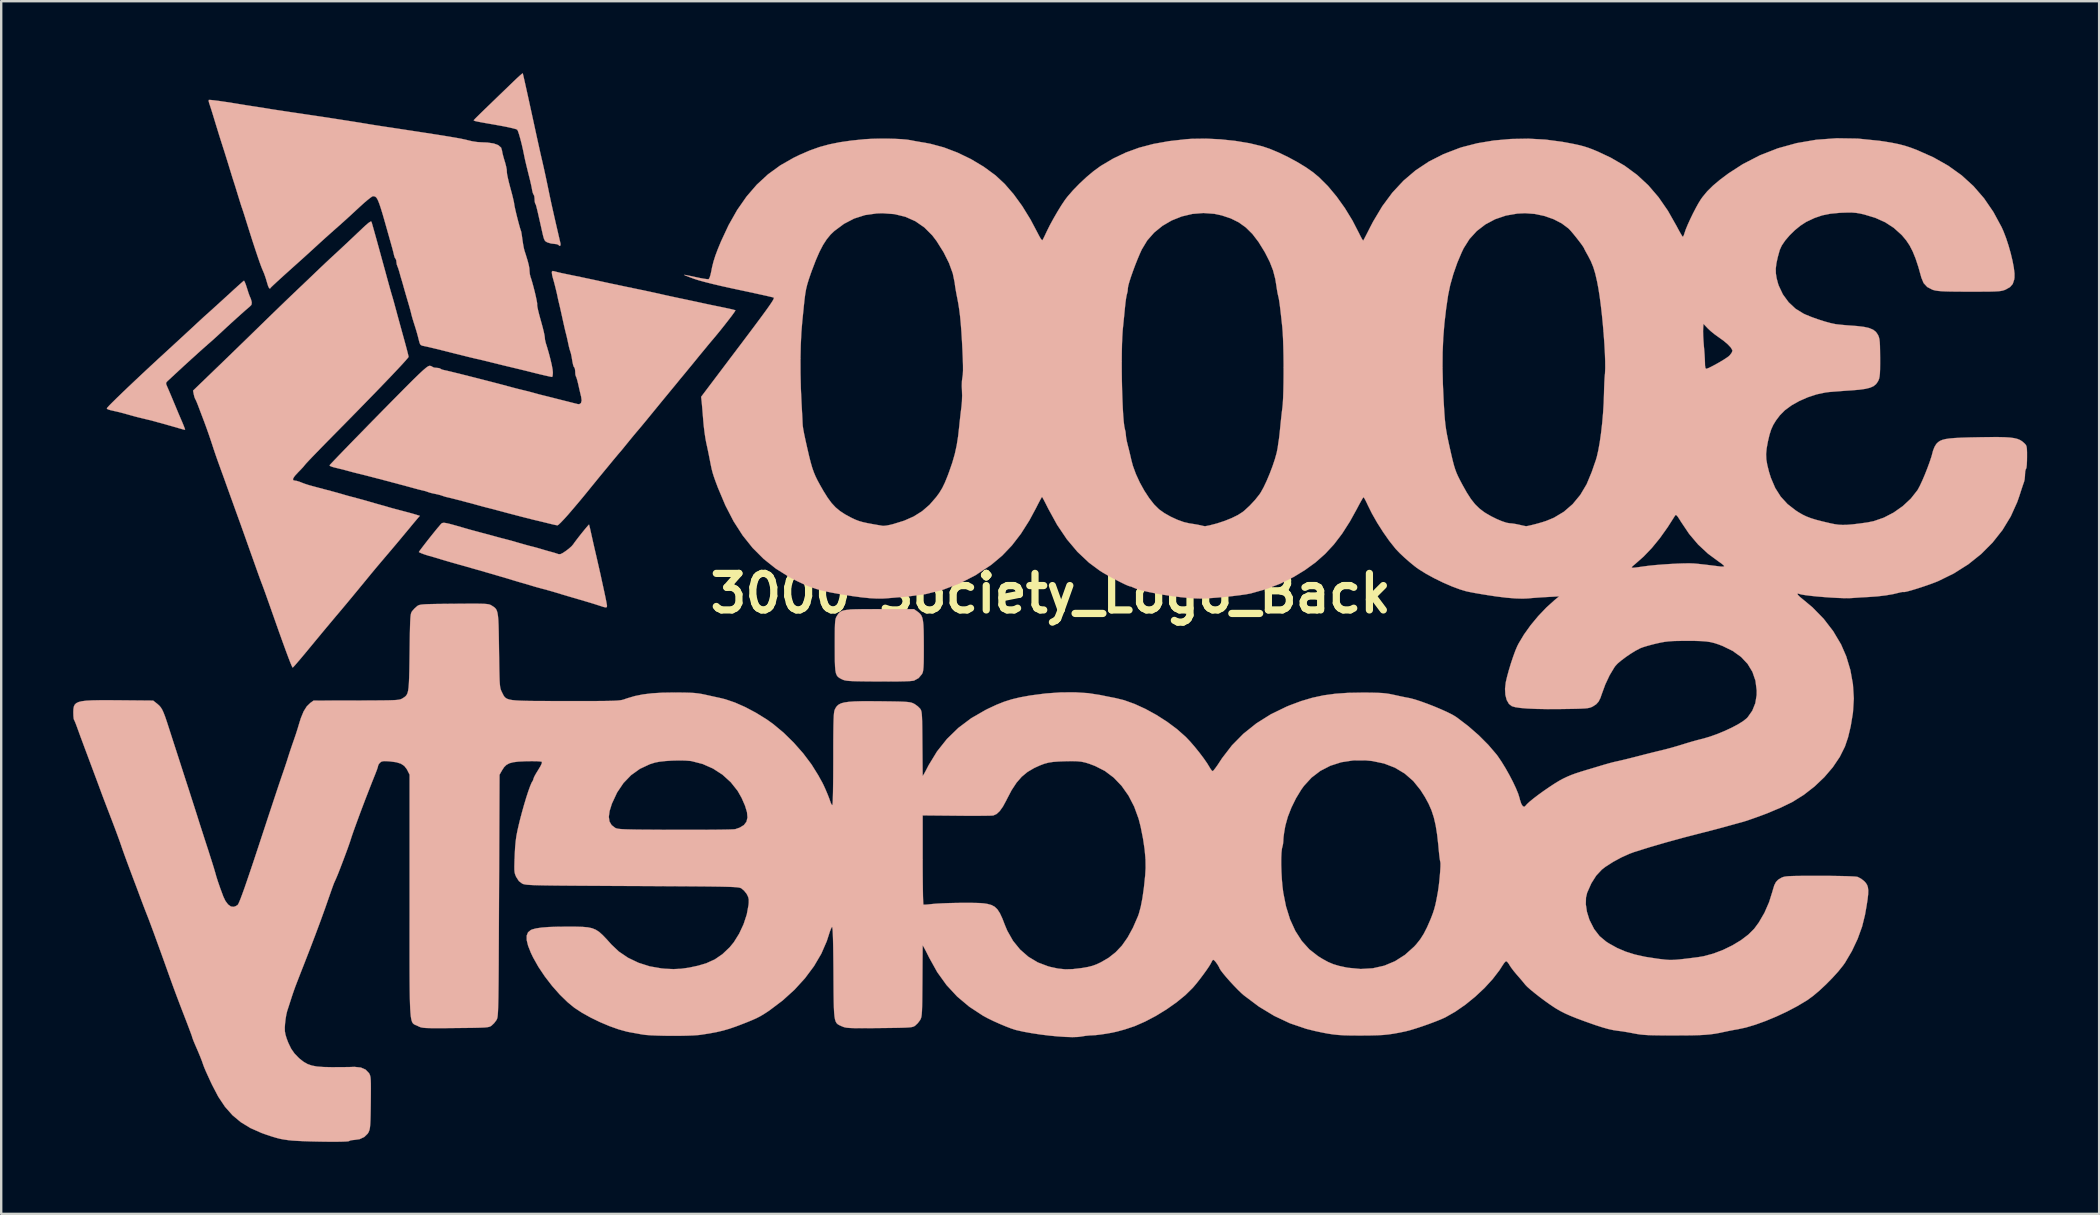
<source format=kicad_pcb>
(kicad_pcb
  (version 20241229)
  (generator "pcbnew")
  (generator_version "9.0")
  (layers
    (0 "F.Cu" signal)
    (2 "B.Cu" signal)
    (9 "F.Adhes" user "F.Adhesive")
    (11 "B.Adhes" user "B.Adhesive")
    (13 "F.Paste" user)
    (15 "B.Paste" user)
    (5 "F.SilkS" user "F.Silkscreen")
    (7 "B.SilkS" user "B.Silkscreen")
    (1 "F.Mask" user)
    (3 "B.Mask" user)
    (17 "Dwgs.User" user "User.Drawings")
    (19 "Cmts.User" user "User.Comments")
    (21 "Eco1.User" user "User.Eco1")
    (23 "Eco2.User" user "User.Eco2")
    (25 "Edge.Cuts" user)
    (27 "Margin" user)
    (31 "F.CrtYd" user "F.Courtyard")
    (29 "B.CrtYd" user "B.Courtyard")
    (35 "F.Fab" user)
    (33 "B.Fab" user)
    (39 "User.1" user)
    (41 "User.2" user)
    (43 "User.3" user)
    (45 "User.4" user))
  (footprint "3000_Society_Logo_Back"
    (layer "F.Cu")
    (at 39.46 23.073)
    (property "Reference" "3000_Society_Logo_Back" (at 1.27 -1.397 0) (layer "F.SilkS") (effects (font (size 1.524 1.524) (thickness 0.3))))
    (attr through_hole)
    (fp_poly (pts (xy -6.256 -0.74) (xy -6.593 -0.738) (xy -6.864 -0.733) (xy -7.076 -0.724) (xy -7.238 -0.709) (xy -7.36 -0.687) (xy -7.449 -0.656) (xy -7.515 -0.616) (xy -7.566 -0.565) (xy -7.611 -0.502) (xy -7.63 -0.471) (xy -7.659 -0.422) (xy -7.682 -0.371) (xy -7.698 -0.307) (xy -7.71 -0.219) (xy -7.718 -0.097) (xy -7.723 0.07) (xy -7.725 0.295) (xy -7.726 0.586) (xy -7.726 0.785) (xy -7.725 1.143) (xy -7.723 1.426) (xy -7.715 1.645) (xy -7.701 1.809) (xy -7.678 1.929) (xy -7.643 2.016) (xy -7.596 2.078) (xy -7.532 2.126) (xy -7.451 2.17) (xy -7.422 2.184) (xy -7.371 2.207) (xy -7.311 2.225) (xy -7.233 2.239) (xy -7.127 2.25) (xy -6.984 2.258) (xy -6.793 2.264) (xy -6.544 2.268) (xy -6.23 2.271) (xy -5.905 2.273) (xy -5.469 2.274) (xy -5.104 2.272) (xy -4.813 2.266) (xy -4.599 2.257) (xy -4.464 2.244) (xy -4.424 2.236) (xy -4.233 2.131) (xy -4.096 1.967) (xy -4.077 1.932) (xy -4.056 1.877) (xy -4.041 1.795) (xy -4.03 1.675) (xy -4.022 1.509) (xy -4.018 1.284) (xy -4.017 0.991) (xy -4.017 0.779) (xy -4.019 0.42) (xy -4.024 0.136) (xy -4.034 -0.085) (xy -4.052 -0.252) (xy -4.078 -0.377) (xy -4.116 -0.47) (xy -4.167 -0.542) (xy -4.232 -0.602) (xy -4.281 -0.639) (xy -4.424 -0.741) (xy -5.842 -0.741) (xy -6.256 -0.74)) (stroke (width 0.01) (type solid)) (fill yes) (layer "B.SilkS"))
    (fp_poly (pts (xy -32.386 -14.395) (xy -32.476 -14.316) (xy -32.603 -14.203) (xy -32.756 -14.064) (xy -32.793 -14.03) (xy -33.136 -13.716) (xy -33.453 -13.427) (xy -33.73 -13.176) (xy -33.929 -12.998) (xy -34.03 -12.907) (xy -34.172 -12.776) (xy -34.334 -12.626) (xy -34.459 -12.509) (xy -34.6 -12.379) (xy -34.788 -12.205) (xy -35.008 -12.002) (xy -35.245 -11.784) (xy -35.483 -11.565) (xy -35.561 -11.493) (xy -35.908 -11.175) (xy -36.248 -10.86) (xy -36.575 -10.555) (xy -36.883 -10.265) (xy -37.168 -9.996) (xy -37.423 -9.752) (xy -37.642 -9.54) (xy -37.821 -9.364) (xy -37.954 -9.229) (xy -38.034 -9.142) (xy -38.058 -9.108) (xy -38.046 -9.084) (xy -38 -9.061) (xy -37.907 -9.033) (xy -37.751 -8.997) (xy -37.656 -8.976) (xy -37.529 -8.946) (xy -37.358 -8.901) (xy -37.178 -8.851) (xy -37.169 -8.848) (xy -36.993 -8.799) (xy -36.829 -8.754) (xy -36.709 -8.724) (xy -36.703 -8.723) (xy -36.309 -8.627) (xy -35.866 -8.51) (xy -35.36 -8.368) (xy -35.264 -8.34) (xy -35.063 -8.282) (xy -34.93 -8.244) (xy -34.851 -8.224) (xy -34.812 -8.217) (xy -34.799 -8.221) (xy -34.798 -8.226) (xy -34.814 -8.275) (xy -34.855 -8.381) (xy -34.912 -8.521) (xy -34.978 -8.674) (xy -34.989 -8.7) (xy -35.026 -8.786) (xy -35.088 -8.931) (xy -35.165 -9.117) (xy -35.251 -9.323) (xy -35.265 -9.356) (xy -35.352 -9.565) (xy -35.434 -9.758) (xy -35.501 -9.915) (xy -35.546 -10.017) (xy -35.55 -10.026) (xy -35.589 -10.123) (xy -35.586 -10.181) (xy -35.538 -10.237) (xy -35.535 -10.24) (xy -35.473 -10.297) (xy -35.364 -10.398) (xy -35.225 -10.527) (xy -35.07 -10.671) (xy -34.811 -10.91) (xy -34.541 -11.156) (xy -34.277 -11.395) (xy -34.035 -11.612) (xy -33.833 -11.79) (xy -33.782 -11.834) (xy -33.665 -11.937) (xy -33.512 -12.075) (xy -33.348 -12.226) (xy -33.273 -12.296) (xy -33.074 -12.481) (xy -32.864 -12.673) (xy -32.656 -12.862) (xy -32.462 -13.036) (xy -32.296 -13.184) (xy -32.169 -13.293) (xy -32.108 -13.344) (xy -32.033 -13.422) (xy -32.019 -13.509) (xy -32.028 -13.562) (xy -32.057 -13.668) (xy -32.087 -13.737) (xy -32.113 -13.796) (xy -32.155 -13.913) (xy -32.204 -14.066) (xy -32.217 -14.108) (xy -32.266 -14.259) (xy -32.31 -14.37) (xy -32.34 -14.424) (xy -32.346 -14.426) (xy -32.386 -14.395)) (stroke (width 0.01) (type solid)) (fill yes) (layer "B.SilkS"))
    (fp_poly (pts (xy -20.763 -23.047) (xy -20.845 -22.977) (xy -20.964 -22.869) (xy -21.108 -22.732) (xy -21.135 -22.706) (xy -21.296 -22.55) (xy -21.5 -22.354) (xy -21.727 -22.135) (xy -21.958 -21.912) (xy -22.14 -21.736) (xy -22.328 -21.555) (xy -22.493 -21.394) (xy -22.627 -21.262) (xy -22.721 -21.168) (xy -22.765 -21.122) (xy -22.767 -21.119) (xy -22.768 -21.106) (xy -22.752 -21.094) (xy -22.709 -21.079) (xy -22.63 -21.061) (xy -22.506 -21.036) (xy -22.325 -21.003) (xy -22.08 -20.96) (xy -21.802 -20.911) (xy -21.551 -20.866) (xy -21.328 -20.821) (xy -21.145 -20.779) (xy -21.018 -20.745) (xy -20.96 -20.721) (xy -20.927 -20.657) (xy -20.882 -20.526) (xy -20.829 -20.341) (xy -20.772 -20.119) (xy -20.716 -19.874) (xy -20.664 -19.621) (xy -20.66 -19.6) (xy -20.632 -19.468) (xy -20.59 -19.288) (xy -20.543 -19.094) (xy -20.532 -19.05) (xy -20.467 -18.788) (xy -20.418 -18.591) (xy -20.384 -18.443) (xy -20.359 -18.328) (xy -20.341 -18.229) (xy -20.335 -18.192) (xy -20.309 -18.083) (xy -20.278 -18.015) (xy -20.272 -18.009) (xy -20.248 -17.956) (xy -20.236 -17.853) (xy -20.235 -17.827) (xy -20.228 -17.715) (xy -20.21 -17.643) (xy -20.205 -17.637) (xy -20.193 -17.619) (xy -20.179 -17.582) (xy -20.16 -17.517) (xy -20.134 -17.414) (xy -20.098 -17.263) (xy -20.051 -17.056) (xy -19.989 -16.783) (xy -19.93 -16.517) (xy -19.885 -16.321) (xy -19.85 -16.192) (xy -19.816 -16.112) (xy -19.775 -16.064) (xy -19.719 -16.032) (xy -19.69 -16.019) (xy -19.549 -15.977) (xy -19.408 -15.96) (xy -19.407 -15.96) (xy -19.304 -15.948) (xy -19.242 -15.92) (xy -19.241 -15.917) (xy -19.19 -15.874) (xy -19.155 -15.901) (xy -19.155 -15.97) (xy -19.171 -16.042) (xy -19.203 -16.18) (xy -19.247 -16.37) (xy -19.299 -16.595) (xy -19.343 -16.785) (xy -19.406 -17.061) (xy -19.47 -17.345) (xy -19.53 -17.612) (xy -19.578 -17.836) (xy -19.598 -17.928) (xy -19.698 -18.411) (xy -19.784 -18.817) (xy -19.855 -19.142) (xy -19.911 -19.387) (xy -19.916 -19.41) (xy -19.936 -19.494) (xy -19.957 -19.583) (xy -19.981 -19.687) (xy -20.009 -19.813) (xy -20.043 -19.968) (xy -20.086 -20.161) (xy -20.139 -20.401) (xy -20.203 -20.695) (xy -20.28 -21.051) (xy -20.373 -21.477) (xy -20.43 -21.738) (xy -20.5 -22.059) (xy -20.565 -22.353) (xy -20.622 -22.609) (xy -20.669 -22.818) (xy -20.704 -22.97) (xy -20.725 -23.054) (xy -20.729 -23.068) (xy -20.763 -23.047)) (stroke (width 0.01) (type solid)) (fill yes) (layer "B.SilkS"))
    (fp_poly (pts (xy -24.093 -4.324) (xy -24.128 -4.297) (xy -24.162 -4.258) (xy -24.193 -4.22) (xy -24.289 -4.108) (xy -24.407 -3.963) (xy -24.539 -3.799) (xy -24.675 -3.628) (xy -24.803 -3.463) (xy -24.915 -3.317) (xy -25.001 -3.203) (xy -25.049 -3.134) (xy -25.056 -3.119) (xy -24.963 -3.074) (xy -24.822 -3.021) (xy -24.664 -2.971) (xy -24.638 -2.963) (xy -24.435 -2.907) (xy -24.25 -2.852) (xy -24.088 -2.802) (xy -23.993 -2.774) (xy -23.837 -2.728) (xy -23.638 -2.671) (xy -23.416 -2.608) (xy -23.347 -2.588) (xy -22.714 -2.409) (xy -22.127 -2.24) (xy -21.598 -2.085) (xy -21.137 -1.947) (xy -20.997 -1.905) (xy -20.89 -1.873) (xy -20.749 -1.833) (xy -20.701 -1.819) (xy -20.537 -1.772) (xy -20.372 -1.722) (xy -20.339 -1.712) (xy -20.203 -1.671) (xy -20.028 -1.623) (xy -19.894 -1.587) (xy -19.709 -1.537) (xy -19.492 -1.476) (xy -19.304 -1.42) (xy -19.096 -1.356) (xy -18.868 -1.288) (xy -18.69 -1.236) (xy -18.369 -1.142) (xy -18.117 -1.068) (xy -17.919 -1.009) (xy -17.762 -0.961) (xy -17.634 -0.92) (xy -17.523 -0.884) (xy -17.362 -0.832) (xy -17.268 -0.812) (xy -17.224 -0.829) (xy -17.218 -0.889) (xy -17.234 -0.984) (xy -17.248 -1.059) (xy -17.266 -1.151) (xy -17.291 -1.272) (xy -17.325 -1.432) (xy -17.371 -1.644) (xy -17.431 -1.918) (xy -17.483 -2.159) (xy -17.507 -2.267) (xy -17.546 -2.438) (xy -17.595 -2.652) (xy -17.649 -2.889) (xy -17.676 -3.006) (xy -17.735 -3.259) (xy -17.792 -3.509) (xy -17.842 -3.733) (xy -17.881 -3.908) (xy -17.892 -3.958) (xy -17.925 -4.105) (xy -17.952 -4.214) (xy -17.966 -4.264) (xy -17.967 -4.265) (xy -17.995 -4.238) (xy -18.063 -4.16) (xy -18.159 -4.045) (xy -18.27 -3.908) (xy -18.384 -3.764) (xy -18.489 -3.628) (xy -18.574 -3.515) (xy -18.626 -3.44) (xy -18.627 -3.439) (xy -18.694 -3.361) (xy -18.807 -3.261) (xy -18.927 -3.169) (xy -19.062 -3.079) (xy -19.154 -3.035) (xy -19.224 -3.03) (xy -19.266 -3.042) (xy -19.375 -3.079) (xy -19.512 -3.118) (xy -19.537 -3.125) (xy -19.678 -3.163) (xy -19.849 -3.213) (xy -19.939 -3.24) (xy -20.099 -3.287) (xy -20.252 -3.329) (xy -20.32 -3.346) (xy -20.471 -3.384) (xy -20.616 -3.424) (xy -20.925 -3.512) (xy -21.165 -3.581) (xy -21.351 -3.632) (xy -21.495 -3.67) (xy -21.548 -3.683) (xy -21.699 -3.722) (xy -21.844 -3.762) (xy -21.949 -3.791) (xy -22.109 -3.835) (xy -22.3 -3.886) (xy -22.416 -3.916) (xy -22.608 -3.968) (xy -22.783 -4.015) (xy -22.916 -4.051) (xy -22.966 -4.065) (xy -23.292 -4.159) (xy -23.546 -4.232) (xy -23.738 -4.285) (xy -23.879 -4.319) (xy -23.979 -4.336) (xy -24.047 -4.337) (xy -24.093 -4.324)) (stroke (width 0.01) (type solid)) (fill yes) (layer "B.SilkS"))
    (fp_poly (pts (xy -27.157 -16.834) (xy -27.297 -16.714) (xy -27.359 -16.656) (xy -27.702 -16.331) (xy -27.989 -16.06) (xy -28.229 -15.835) (xy -28.426 -15.651) (xy -28.587 -15.503) (xy -28.64 -15.454) (xy -28.765 -15.339) (xy -28.931 -15.183) (xy -29.119 -15.005) (xy -29.31 -14.823) (xy -29.358 -14.777) (xy -29.572 -14.572) (xy -29.814 -14.341) (xy -30.054 -14.113) (xy -30.263 -13.914) (xy -30.268 -13.909) (xy -30.42 -13.764) (xy -30.618 -13.574) (xy -30.85 -13.35) (xy -31.103 -13.105) (xy -31.363 -12.853) (xy -31.604 -12.618) (xy -31.881 -12.348) (xy -32.199 -12.038) (xy -32.54 -11.707) (xy -32.884 -11.373) (xy -33.213 -11.055) (xy -33.48 -10.797) (xy -34.466 -9.846) (xy -34.437 -9.696) (xy -34.41 -9.584) (xy -34.381 -9.509) (xy -34.378 -9.504) (xy -34.346 -9.443) (xy -34.298 -9.331) (xy -34.258 -9.229) (xy -34.205 -9.089) (xy -34.133 -8.899) (xy -34.053 -8.688) (xy -34.001 -8.551) (xy -33.914 -8.314) (xy -33.816 -8.038) (xy -33.723 -7.765) (xy -33.675 -7.62) (xy -33.599 -7.386) (xy -33.516 -7.142) (xy -33.438 -6.92) (xy -33.393 -6.795) (xy -33.314 -6.577) (xy -33.225 -6.333) (xy -33.147 -6.117) (xy -33.05 -5.845) (xy -32.932 -5.517) (xy -32.802 -5.157) (xy -32.67 -4.789) (xy -32.553 -4.466) (xy -32.482 -4.27) (xy -32.395 -4.026) (xy -32.303 -3.768) (xy -32.228 -3.556) (xy -32.068 -3.105) (xy -31.934 -2.729) (xy -31.825 -2.422) (xy -31.738 -2.178) (xy -31.671 -1.993) (xy -31.622 -1.861) (xy -31.589 -1.776) (xy -31.582 -1.757) (xy -31.552 -1.677) (xy -31.499 -1.533) (xy -31.429 -1.339) (xy -31.348 -1.11) (xy -31.262 -0.868) (xy -31.059 -0.291) (xy -30.883 0.207) (xy -30.731 0.63) (xy -30.604 0.979) (xy -30.501 1.256) (xy -30.421 1.463) (xy -30.363 1.604) (xy -30.326 1.679) (xy -30.313 1.693) (xy -30.279 1.662) (xy -30.201 1.576) (xy -30.087 1.443) (xy -29.945 1.276) (xy -29.784 1.083) (xy -29.772 1.069) (xy -29.396 0.614) (xy -29.066 0.215) (xy -28.772 -0.137) (xy -28.507 -0.453) (xy -28.406 -0.572) (xy -28.165 -0.859) (xy -27.89 -1.189) (xy -27.602 -1.538) (xy -27.319 -1.882) (xy -27.185 -2.045) (xy -27.032 -2.232) (xy -26.847 -2.454) (xy -26.654 -2.683) (xy -26.487 -2.88) (xy -26.315 -3.082) (xy -26.111 -3.323) (xy -25.898 -3.576) (xy -25.698 -3.817) (xy -25.642 -3.884) (xy -25.484 -4.074) (xy -25.34 -4.248) (xy -25.219 -4.393) (xy -25.134 -4.494) (xy -25.102 -4.532) (xy -25.017 -4.629) (xy -25.177 -4.679) (xy -25.285 -4.711) (xy -25.45 -4.757) (xy -25.646 -4.809) (xy -25.781 -4.845) (xy -25.975 -4.896) (xy -26.148 -4.942) (xy -26.277 -4.978) (xy -26.331 -4.994) (xy -26.443 -5.028) (xy -26.581 -5.066) (xy -26.607 -5.073) (xy -26.736 -5.109) (xy -26.908 -5.158) (xy -27.072 -5.205) (xy -27.222 -5.249) (xy -27.351 -5.286) (xy -27.484 -5.322) (xy -27.648 -5.366) (xy -27.866 -5.424) (xy -28.005 -5.461) (xy -28.128 -5.496) (xy -28.152 -5.503) (xy -28.284 -5.542) (xy -28.46 -5.592) (xy -28.692 -5.655) (xy -28.994 -5.735) (xy -28.998 -5.736) (xy -29.261 -5.806) (xy -29.458 -5.859) (xy -29.605 -5.899) (xy -29.716 -5.933) (xy -29.809 -5.964) (xy -29.899 -5.997) (xy -30.001 -6.038) (xy -30.027 -6.048) (xy -30.142 -6.084) (xy -30.228 -6.096) (xy -30.298 -6.118) (xy -30.297 -6.185) (xy -30.224 -6.296) (xy -30.086 -6.445) (xy -29.965 -6.569) (xy -29.862 -6.682) (xy -29.797 -6.762) (xy -29.795 -6.764) (xy -29.752 -6.814) (xy -29.655 -6.918) (xy -29.513 -7.068) (xy -29.33 -7.257) (xy -29.114 -7.479) (xy -28.872 -7.727) (xy -28.61 -7.993) (xy -28.485 -8.12) (xy -28.038 -8.573) (xy -27.615 -9.004) (xy -27.221 -9.408) (xy -26.858 -9.781) (xy -26.53 -10.121) (xy -26.24 -10.423) (xy -25.993 -10.684) (xy -25.79 -10.901) (xy -25.636 -11.07) (xy -25.534 -11.187) (xy -25.487 -11.248) (xy -25.485 -11.256) (xy -25.496 -11.311) (xy -25.526 -11.433) (xy -25.571 -11.607) (xy -25.628 -11.819) (xy -25.675 -11.991) (xy -25.752 -12.269) (xy -25.833 -12.564) (xy -25.911 -12.848) (xy -25.977 -13.09) (xy -25.997 -13.166) (xy -26.052 -13.367) (xy -26.101 -13.548) (xy -26.14 -13.686) (xy -26.161 -13.758) (xy -26.181 -13.824) (xy -26.205 -13.904) (xy -26.235 -14.01) (xy -26.275 -14.153) (xy -26.328 -14.343) (xy -26.396 -14.591) (xy -26.482 -14.907) (xy -26.504 -14.986) (xy -26.624 -15.422) (xy -26.731 -15.814) (xy -26.825 -16.154) (xy -26.904 -16.437) (xy -26.966 -16.657) (xy -27.009 -16.808) (xy -27.032 -16.884) (xy -27.032 -16.886) (xy -27.07 -16.891) (xy -27.157 -16.834)) (stroke (width 0.01) (type solid)) (fill yes) (layer "B.SilkS"))
    (fp_poly (pts (xy -19.512 -14.805) (xy -19.516 -14.763) (xy -19.503 -14.659) (xy -19.474 -14.545) (xy -19.437 -14.416) (xy -19.39 -14.24) (xy -19.343 -14.05) (xy -19.302 -13.877) (xy -19.277 -13.758) (xy -19.253 -13.642) (xy -19.221 -13.508) (xy -19.22 -13.504) (xy -19.196 -13.405) (xy -19.159 -13.245) (xy -19.115 -13.047) (xy -19.071 -12.848) (xy -19.025 -12.639) (xy -18.982 -12.448) (xy -18.946 -12.298) (xy -18.924 -12.213) (xy -18.896 -12.101) (xy -18.861 -11.946) (xy -18.837 -11.832) (xy -18.804 -11.681) (xy -18.771 -11.554) (xy -18.751 -11.493) (xy -18.72 -11.393) (xy -18.693 -11.265) (xy -18.692 -11.261) (xy -18.658 -11.053) (xy -18.629 -10.918) (xy -18.602 -10.841) (xy -18.579 -10.813) (xy -18.555 -10.76) (xy -18.542 -10.656) (xy -18.542 -10.63) (xy -18.535 -10.519) (xy -18.516 -10.447) (xy -18.512 -10.44) (xy -18.489 -10.387) (xy -18.455 -10.273) (xy -18.417 -10.121) (xy -18.409 -10.084) (xy -18.368 -9.901) (xy -18.327 -9.727) (xy -18.296 -9.598) (xy -18.294 -9.591) (xy -18.274 -9.434) (xy -18.302 -9.327) (xy -18.374 -9.281) (xy -18.429 -9.284) (xy -18.502 -9.302) (xy -18.639 -9.336) (xy -18.824 -9.383) (xy -19.039 -9.437) (xy -19.135 -9.461) (xy -19.364 -9.519) (xy -19.576 -9.573) (xy -19.751 -9.617) (xy -19.87 -9.646) (xy -19.897 -9.653) (xy -20.041 -9.689) (xy -20.197 -9.732) (xy -20.214 -9.737) (xy -20.394 -9.786) (xy -20.606 -9.84) (xy -20.86 -9.902) (xy -20.98 -9.932) (xy -21.148 -9.976) (xy -21.326 -10.024) (xy -21.336 -10.026) (xy -21.542 -10.082) (xy -21.792 -10.148) (xy -22.074 -10.221) (xy -22.374 -10.298) (xy -22.682 -10.377) (xy -22.984 -10.453) (xy -23.268 -10.525) (xy -23.523 -10.588) (xy -23.735 -10.64) (xy -23.892 -10.677) (xy -23.983 -10.697) (xy -23.993 -10.699) (xy -24.094 -10.724) (xy -24.153 -10.755) (xy -24.154 -10.757) (xy -24.208 -10.783) (xy -24.309 -10.795) (xy -24.32 -10.795) (xy -24.425 -10.806) (xy -24.487 -10.834) (xy -24.49 -10.837) (xy -24.548 -10.871) (xy -24.616 -10.88) (xy -24.669 -10.861) (xy -24.756 -10.8) (xy -24.881 -10.694) (xy -25.049 -10.538) (xy -25.266 -10.327) (xy -25.449 -10.145) (xy -25.693 -9.9) (xy -25.959 -9.631) (xy -26.242 -9.345) (xy -26.536 -9.047) (xy -26.835 -8.742) (xy -27.133 -8.439) (xy -27.423 -8.141) (xy -27.701 -7.857) (xy -27.96 -7.591) (xy -28.193 -7.35) (xy -28.396 -7.14) (xy -28.562 -6.967) (xy -28.684 -6.838) (xy -28.758 -6.758) (xy -28.778 -6.733) (xy -28.749 -6.703) (xy -28.659 -6.668) (xy -28.588 -6.648) (xy -28.335 -6.586) (xy -28.137 -6.536) (xy -27.966 -6.49) (xy -27.919 -6.477) (xy -27.766 -6.436) (xy -27.617 -6.399) (xy -27.601 -6.395) (xy -27.477 -6.365) (xy -27.285 -6.317) (xy -27.042 -6.254) (xy -26.762 -6.181) (xy -26.46 -6.102) (xy -26.152 -6.02) (xy -25.852 -5.94) (xy -25.575 -5.866) (xy -25.336 -5.801) (xy -25.231 -5.772) (xy -25.081 -5.731) (xy -24.949 -5.699) (xy -24.892 -5.686) (xy -24.772 -5.656) (xy -24.701 -5.63) (xy -24.594 -5.594) (xy -24.5 -5.57) (xy -24.363 -5.541) (xy -24.268 -5.521) (xy -24.147 -5.489) (xy -24.067 -5.461) (xy -23.955 -5.424) (xy -23.876 -5.405) (xy -23.791 -5.386) (xy -23.642 -5.349) (xy -23.446 -5.299) (xy -23.222 -5.241) (xy -22.986 -5.178) (xy -22.756 -5.117) (xy -22.551 -5.06) (xy -22.543 -5.058) (xy -22.378 -5.013) (xy -22.222 -4.972) (xy -22.14 -4.952) (xy -21.989 -4.914) (xy -21.844 -4.875) (xy -21.704 -4.837) (xy -21.513 -4.786) (xy -21.288 -4.726) (xy -21.047 -4.663) (xy -20.805 -4.6) (xy -20.582 -4.543) (xy -20.392 -4.495) (xy -20.254 -4.46) (xy -20.193 -4.446) (xy -20.082 -4.42) (xy -19.92 -4.381) (xy -19.737 -4.336) (xy -19.69 -4.324) (xy -19.522 -4.283) (xy -19.382 -4.251) (xy -19.294 -4.235) (xy -19.279 -4.233) (xy -19.233 -4.264) (xy -19.144 -4.348) (xy -19.022 -4.476) (xy -18.877 -4.635) (xy -18.787 -4.738) (xy -18.603 -4.953) (xy -18.406 -5.186) (xy -18.218 -5.411) (xy -18.061 -5.603) (xy -18.034 -5.636) (xy -17.877 -5.83) (xy -17.709 -6.036) (xy -17.554 -6.226) (xy -17.471 -6.327) (xy -17.324 -6.506) (xy -17.154 -6.711) (xy -16.995 -6.905) (xy -16.964 -6.943) (xy -16.849 -7.081) (xy -16.755 -7.193) (xy -16.694 -7.265) (xy -16.679 -7.281) (xy -16.644 -7.321) (xy -16.569 -7.412) (xy -16.465 -7.54) (xy -16.383 -7.641) (xy -16.248 -7.807) (xy -16.114 -7.97) (xy -16.002 -8.104) (xy -15.961 -8.152) (xy -15.881 -8.246) (xy -15.761 -8.389) (xy -15.616 -8.565) (xy -15.458 -8.757) (xy -15.388 -8.843) (xy -15.206 -9.065) (xy -15.009 -9.306) (xy -14.817 -9.54) (xy -14.653 -9.739) (xy -14.626 -9.772) (xy -14.491 -9.936) (xy -14.37 -10.082) (xy -14.277 -10.196) (xy -14.225 -10.26) (xy -14.224 -10.261) (xy -14.161 -10.339) (xy -14.068 -10.45) (xy -14.012 -10.518) (xy -13.934 -10.612) (xy -13.816 -10.756) (xy -13.67 -10.933) (xy -13.51 -11.129) (xy -13.42 -11.24) (xy -13.26 -11.435) (xy -13.108 -11.619) (xy -12.978 -11.777) (xy -12.881 -11.893) (xy -12.845 -11.935) (xy -12.709 -12.096) (xy -12.56 -12.277) (xy -12.405 -12.469) (xy -12.255 -12.66) (xy -12.117 -12.837) (xy -12.001 -12.99) (xy -11.916 -13.108) (xy -11.871 -13.178) (xy -11.866 -13.192) (xy -11.914 -13.209) (xy -12.028 -13.238) (xy -12.191 -13.274) (xy -12.386 -13.315) (xy -12.389 -13.316) (xy -12.635 -13.366) (xy -12.897 -13.42) (xy -13.138 -13.471) (xy -13.271 -13.5) (xy -13.472 -13.544) (xy -13.722 -13.597) (xy -13.984 -13.653) (xy -14.182 -13.694) (xy -14.412 -13.743) (xy -14.638 -13.792) (xy -14.835 -13.835) (xy -14.965 -13.865) (xy -15.083 -13.892) (xy -15.267 -13.932) (xy -15.501 -13.983) (xy -15.768 -14.039) (xy -16.051 -14.098) (xy -16.129 -14.114) (xy -16.426 -14.176) (xy -16.724 -14.239) (xy -17.002 -14.297) (xy -17.24 -14.348) (xy -17.418 -14.387) (xy -17.441 -14.392) (xy -17.591 -14.425) (xy -17.737 -14.457) (xy -17.893 -14.49) (xy -18.073 -14.528) (xy -18.291 -14.574) (xy -18.562 -14.63) (xy -18.9 -14.7) (xy -18.944 -14.709) (xy -19.12 -14.746) (xy -19.277 -14.783) (xy -19.386 -14.811) (xy -19.399 -14.815) (xy -19.482 -14.833) (xy -19.512 -14.805)) (stroke (width 0.01) (type solid)) (fill yes) (layer "B.SilkS"))
    (fp_poly (pts (xy -33.811 -21.957) (xy -33.815 -21.903) (xy -33.791 -21.814) (xy -33.758 -21.719) (xy -33.71 -21.571) (xy -33.655 -21.395) (xy -33.637 -21.336) (xy -33.538 -21.01) (xy -33.457 -20.747) (xy -33.391 -20.532) (xy -33.333 -20.347) (xy -33.278 -20.175) (xy -33.23 -20.024) (xy -33.168 -19.832) (xy -33.093 -19.592) (xy -33.014 -19.339) (xy -32.958 -19.156) (xy -32.895 -18.951) (xy -32.839 -18.767) (xy -32.794 -18.625) (xy -32.767 -18.543) (xy -32.767 -18.542) (xy -32.74 -18.458) (xy -32.695 -18.316) (xy -32.64 -18.136) (xy -32.596 -17.992) (xy -32.537 -17.802) (xy -32.485 -17.635) (xy -32.446 -17.513) (xy -32.428 -17.462) (xy -32.402 -17.388) (xy -32.358 -17.253) (xy -32.303 -17.081) (xy -32.264 -16.954) (xy -32.126 -16.515) (xy -31.997 -16.109) (xy -31.878 -15.746) (xy -31.773 -15.432) (xy -31.684 -15.175) (xy -31.613 -14.983) (xy -31.564 -14.864) (xy -31.561 -14.859) (xy -31.5 -14.714) (xy -31.436 -14.53) (xy -31.393 -14.383) (xy -31.339 -14.206) (xy -31.293 -14.112) (xy -31.254 -14.101) (xy -31.235 -14.13) (xy -31.201 -14.166) (xy -31.112 -14.251) (xy -30.98 -14.374) (xy -30.814 -14.526) (xy -30.622 -14.7) (xy -30.565 -14.751) (xy -30.307 -14.983) (xy -30.103 -15.166) (xy -29.943 -15.309) (xy -29.818 -15.422) (xy -29.719 -15.512) (xy -29.635 -15.588) (xy -29.559 -15.658) (xy -29.479 -15.73) (xy -29.388 -15.814) (xy -29.337 -15.861) (xy -29.17 -16.014) (xy -28.969 -16.196) (xy -28.761 -16.382) (xy -28.617 -16.51) (xy -28.419 -16.685) (xy -28.262 -16.825) (xy -28.129 -16.945) (xy -28.002 -17.06) (xy -27.864 -17.186) (xy -27.698 -17.34) (xy -27.501 -17.522) (xy -27.334 -17.673) (xy -27.184 -17.8) (xy -27.065 -17.893) (xy -26.988 -17.943) (xy -26.972 -17.948) (xy -26.922 -17.944) (xy -26.879 -17.931) (xy -26.838 -17.901) (xy -26.797 -17.846) (xy -26.754 -17.759) (xy -26.705 -17.634) (xy -26.647 -17.463) (xy -26.578 -17.239) (xy -26.495 -16.954) (xy -26.395 -16.601) (xy -26.286 -16.214) (xy -26.236 -16.038) (xy -26.19 -15.873) (xy -26.156 -15.754) (xy -26.155 -15.748) (xy -26.119 -15.61) (xy -26.09 -15.485) (xy -26.09 -15.483) (xy -26.061 -15.389) (xy -26.03 -15.343) (xy -26.001 -15.287) (xy -25.993 -15.216) (xy -25.977 -15.102) (xy -25.954 -15.038) (xy -25.92 -14.953) (xy -25.88 -14.827) (xy -25.865 -14.774) (xy -25.826 -14.633) (xy -25.79 -14.508) (xy -25.78 -14.478) (xy -25.75 -14.377) (xy -25.709 -14.234) (xy -25.683 -14.139) (xy -25.639 -13.985) (xy -25.582 -13.788) (xy -25.523 -13.585) (xy -25.511 -13.547) (xy -25.459 -13.367) (xy -25.413 -13.204) (xy -25.382 -13.084) (xy -25.377 -13.06) (xy -25.349 -12.95) (xy -25.305 -12.798) (xy -25.268 -12.679) (xy -25.198 -12.459) (xy -25.147 -12.289) (xy -25.105 -12.139) (xy -25.064 -11.978) (xy -25.058 -11.951) (xy -25.023 -11.823) (xy -24.984 -11.753) (xy -24.92 -11.72) (xy -24.837 -11.703) (xy -24.747 -11.684) (xy -24.59 -11.648) (xy -24.38 -11.598) (xy -24.132 -11.537) (xy -23.861 -11.469) (xy -23.755 -11.442) (xy -23.478 -11.372) (xy -23.218 -11.308) (xy -22.992 -11.251) (xy -22.812 -11.208) (xy -22.695 -11.18) (xy -22.669 -11.174) (xy -22.575 -11.154) (xy -22.475 -11.131) (xy -22.348 -11.1) (xy -22.175 -11.058) (xy -21.971 -11.007) (xy -21.757 -10.954) (xy -21.538 -10.9) (xy -21.397 -10.866) (xy -21.312 -10.846) (xy -21.175 -10.813) (xy -21.016 -10.775) (xy -20.818 -10.727) (xy -20.608 -10.676) (xy -20.468 -10.641) (xy -20.23 -10.581) (xy -20.002 -10.525) (xy -19.798 -10.477) (xy -19.636 -10.441) (xy -19.532 -10.42) (xy -19.505 -10.416) (xy -19.486 -10.453) (xy -19.475 -10.548) (xy -19.473 -10.609) (xy -19.486 -10.734) (xy -19.521 -10.921) (xy -19.575 -11.152) (xy -19.642 -11.409) (xy -19.719 -11.673) (xy -19.77 -11.835) (xy -19.801 -11.969) (xy -19.812 -12.082) (xy -19.824 -12.164) (xy -19.855 -12.309) (xy -19.902 -12.498) (xy -19.961 -12.713) (xy -19.981 -12.785) (xy -20.04 -12.998) (xy -20.087 -13.186) (xy -20.118 -13.331) (xy -20.129 -13.418) (xy -20.127 -13.432) (xy -20.129 -13.492) (xy -20.151 -13.614) (xy -20.186 -13.781) (xy -20.231 -13.973) (xy -20.282 -14.171) (xy -20.333 -14.358) (xy -20.38 -14.514) (xy -20.406 -14.586) (xy -20.434 -14.704) (xy -20.447 -14.844) (xy -20.447 -14.855) (xy -20.454 -14.954) (xy -20.479 -15.082) (xy -20.523 -15.253) (xy -20.592 -15.479) (xy -20.659 -15.688) (xy -20.685 -15.794) (xy -20.714 -15.952) (xy -20.741 -16.129) (xy -20.743 -16.146) (xy -20.765 -16.305) (xy -20.785 -16.43) (xy -20.8 -16.498) (xy -20.803 -16.503) (xy -20.825 -16.564) (xy -20.861 -16.687) (xy -20.906 -16.853) (xy -20.955 -17.041) (xy -21.002 -17.231) (xy -21.042 -17.403) (xy -21.071 -17.538) (xy -21.083 -17.615) (xy -21.083 -17.617) (xy -21.095 -17.693) (xy -21.126 -17.832) (xy -21.171 -18.017) (xy -21.228 -18.229) (xy -21.247 -18.298) (xy -21.304 -18.515) (xy -21.35 -18.71) (xy -21.381 -18.864) (xy -21.392 -18.96) (xy -21.391 -18.976) (xy -21.396 -19.059) (xy -21.423 -19.197) (xy -21.467 -19.363) (xy -21.482 -19.409) (xy -21.532 -19.578) (xy -21.57 -19.724) (xy -21.589 -19.823) (xy -21.59 -19.839) (xy -21.629 -19.971) (xy -21.746 -20.073) (xy -21.938 -20.145) (xy -22.204 -20.184) (xy -22.44 -20.193) (xy -22.63 -20.205) (xy -22.836 -20.237) (xy -22.932 -20.259) (xy -23.123 -20.306) (xy -23.333 -20.35) (xy -23.431 -20.368) (xy -23.615 -20.4) (xy -23.805 -20.432) (xy -23.897 -20.447) (xy -24.023 -20.468) (xy -24.218 -20.499) (xy -24.468 -20.538) (xy -24.759 -20.583) (xy -25.075 -20.632) (xy -25.404 -20.682) (xy -25.73 -20.732) (xy -26.039 -20.779) (xy -26.317 -20.821) (xy -26.374 -20.829) (xy -26.608 -20.865) (xy -26.836 -20.9) (xy -27.031 -20.931) (xy -27.169 -20.954) (xy -27.178 -20.955) (xy -27.311 -20.978) (xy -27.503 -21.009) (xy -27.727 -21.045) (xy -27.959 -21.082) (xy -27.961 -21.082) (xy -28.198 -21.119) (xy -28.434 -21.156) (xy -28.64 -21.188) (xy -28.787 -21.211) (xy -28.909 -21.23) (xy -29.098 -21.258) (xy -29.339 -21.294) (xy -29.616 -21.335) (xy -29.911 -21.379) (xy -30.057 -21.401) (xy -30.352 -21.444) (xy -30.634 -21.487) (xy -30.885 -21.525) (xy -31.092 -21.556) (xy -31.238 -21.579) (xy -31.284 -21.587) (xy -31.45 -21.615) (xy -31.653 -21.647) (xy -31.835 -21.675) (xy -32.032 -21.705) (xy -32.233 -21.736) (xy -32.385 -21.761) (xy -32.767 -21.823) (xy -33.1 -21.875) (xy -33.377 -21.916) (xy -33.591 -21.943) (xy -33.736 -21.958) (xy -33.806 -21.959) (xy -33.811 -21.957)) (stroke (width 0.01) (type solid)) (fill yes) (layer "B.SilkS"))
    (fp_poly (pts (xy 33.171 -20.3) (xy 32.354 -20.16) (xy 31.569 -19.943) (xy 30.819 -19.65) (xy 30.105 -19.281) (xy 29.511 -18.897) (xy 29.156 -18.631) (xy 28.866 -18.387) (xy 28.628 -18.152) (xy 28.431 -17.914) (xy 28.361 -17.816) (xy 28.266 -17.663) (xy 28.154 -17.461) (xy 28.034 -17.23) (xy 27.918 -16.99) (xy 27.815 -16.763) (xy 27.734 -16.568) (xy 27.688 -16.434) (xy 27.653 -16.326) (xy 27.62 -16.263) (xy 27.61 -16.257) (xy 27.58 -16.292) (xy 27.521 -16.389) (xy 27.441 -16.532) (xy 27.348 -16.706) (xy 27.347 -16.708) (xy 26.986 -17.345) (xy 26.597 -17.907) (xy 26.172 -18.402) (xy 25.704 -18.836) (xy 25.185 -19.218) (xy 24.606 -19.554) (xy 24.07 -19.806) (xy 23.862 -19.893) (xy 23.677 -19.963) (xy 23.496 -20.021) (xy 23.3 -20.073) (xy 23.07 -20.123) (xy 22.788 -20.177) (xy 22.584 -20.214) (xy 21.892 -20.306) (xy 21.175 -20.345) (xy 20.449 -20.332) (xy 19.736 -20.269) (xy 19.051 -20.155) (xy 18.416 -19.992) (xy 18.309 -19.958) (xy 17.641 -19.702) (xy 17.03 -19.392) (xy 16.474 -19.023) (xy 15.968 -18.592) (xy 15.506 -18.095) (xy 15.086 -17.528) (xy 14.703 -16.887) (xy 14.576 -16.643) (xy 14.479 -16.451) (xy 14.395 -16.288) (xy 14.332 -16.168) (xy 14.297 -16.105) (xy 14.293 -16.099) (xy 14.267 -16.124) (xy 14.216 -16.211) (xy 14.149 -16.341) (xy 14.126 -16.389) (xy 13.845 -16.934) (xy 13.527 -17.454) (xy 13.182 -17.936) (xy 12.82 -18.369) (xy 12.449 -18.738) (xy 12.202 -18.944) (xy 11.897 -19.157) (xy 11.542 -19.372) (xy 11.159 -19.579) (xy 10.771 -19.766) (xy 10.402 -19.92) (xy 10.088 -20.026) (xy 9.553 -20.155) (xy 8.965 -20.252) (xy 8.351 -20.317) (xy 7.738 -20.347) (xy 7.152 -20.339) (xy 6.916 -20.323) (xy 6.2 -20.242) (xy 5.549 -20.125) (xy 4.953 -19.968) (xy 4.399 -19.766) (xy 3.875 -19.517) (xy 3.369 -19.217) (xy 3.326 -19.188) (xy 3.055 -18.99) (xy 2.763 -18.745) (xy 2.471 -18.473) (xy 2.199 -18.193) (xy 1.967 -17.926) (xy 1.866 -17.793) (xy 1.722 -17.579) (xy 1.559 -17.314) (xy 1.392 -17.026) (xy 1.237 -16.742) (xy 1.11 -16.487) (xy 1.081 -16.425) (xy 1.015 -16.284) (xy 0.959 -16.172) (xy 0.926 -16.113) (xy 0.925 -16.112) (xy 0.893 -16.129) (xy 0.838 -16.207) (xy 0.769 -16.331) (xy 0.752 -16.366) (xy 0.429 -16.977) (xy 0.086 -17.534) (xy -0.274 -18.03) (xy -0.644 -18.457) (xy -1.019 -18.807) (xy -1.037 -18.822) (xy -1.521 -19.176) (xy -2.051 -19.493) (xy -2.61 -19.763) (xy -3.177 -19.979) (xy -3.735 -20.13) (xy -3.966 -20.174) (xy -4.166 -20.207) (xy -4.356 -20.24) (xy -4.504 -20.268) (xy -4.554 -20.279) (xy -4.722 -20.305) (xy -4.956 -20.325) (xy -5.236 -20.339) (xy -5.544 -20.347) (xy -5.859 -20.347) (xy -6.163 -20.34) (xy -6.437 -20.325) (xy -6.482 -20.322) (xy -7.034 -20.266) (xy -7.52 -20.196) (xy -7.959 -20.107) (xy -8.369 -19.995) (xy -8.767 -19.853) (xy -9.173 -19.678) (xy -9.44 -19.549) (xy -9.999 -19.23) (xy -10.51 -18.858) (xy -10.977 -18.427) (xy -11.403 -17.933) (xy -11.794 -17.372) (xy -12.152 -16.739) (xy -12.465 -16.068) (xy -12.601 -15.74) (xy -12.704 -15.465) (xy -12.781 -15.222) (xy -12.839 -14.988) (xy -12.871 -14.823) (xy -12.906 -14.666) (xy -12.944 -14.549) (xy -12.98 -14.492) (xy -12.983 -14.49) (xy -13.044 -14.491) (xy -13.17 -14.508) (xy -13.339 -14.538) (xy -13.515 -14.575) (xy -13.704 -14.616) (xy -13.859 -14.648) (xy -13.965 -14.667) (xy -14.003 -14.67) (xy -13.971 -14.652) (xy -13.875 -14.612) (xy -13.73 -14.557) (xy -13.582 -14.503) (xy -13.401 -14.445) (xy -13.146 -14.375) (xy -12.826 -14.294) (xy -12.453 -14.206) (xy -12.034 -14.113) (xy -11.75 -14.052) (xy -11.415 -13.981) (xy -11.104 -13.914) (xy -10.827 -13.853) (xy -10.595 -13.802) (xy -10.419 -13.761) (xy -10.307 -13.734) (xy -10.274 -13.725) (xy -10.264 -13.71) (xy -10.271 -13.677) (xy -10.298 -13.62) (xy -10.35 -13.535) (xy -10.428 -13.418) (xy -10.537 -13.263) (xy -10.68 -13.066) (xy -10.86 -12.822) (xy -11.08 -12.526) (xy -11.345 -12.173) (xy -11.656 -11.759) (xy -11.746 -11.641) (xy -13.295 -9.588) (xy -13.274 -9.398) (xy -13.263 -9.285) (xy -13.248 -9.109) (xy -13.23 -8.894) (xy -13.211 -8.66) (xy -13.208 -8.615) (xy -13.184 -8.359) (xy -13.152 -8.097) (xy -13.116 -7.856) (xy -13.081 -7.669) (xy -13.079 -7.662) (xy -13.03 -7.439) (xy -12.979 -7.193) (xy -12.936 -6.974) (xy -12.934 -6.964) (xy -12.892 -6.749) (xy -12.855 -6.576) (xy -12.815 -6.422) (xy -12.765 -6.263) (xy -12.699 -6.076) (xy -12.609 -5.837) (xy -12.595 -5.8) (xy -12.285 -5.064) (xy -11.944 -4.404) (xy -11.566 -3.815) (xy -11.149 -3.293) (xy -10.688 -2.832) (xy -10.181 -2.429) (xy -9.622 -2.079) (xy -9.313 -1.918) (xy -9.024 -1.782) (xy -8.758 -1.672) (xy -8.494 -1.582) (xy -8.212 -1.506) (xy -7.889 -1.436) (xy -7.505 -1.367) (xy -7.47 -1.361) (xy -7.001 -1.286) (xy -6.602 -1.232) (xy -6.261 -1.198) (xy -5.968 -1.182) (xy -5.709 -1.184) (xy -5.567 -1.193) (xy -5.387 -1.208) (xy -5.153 -1.228) (xy -4.899 -1.249) (xy -4.678 -1.268) (xy -3.932 -1.37) (xy -3.218 -1.55) (xy -2.533 -1.809) (xy -1.874 -2.148) (xy -1.237 -2.568) (xy -1.185 -2.607) (xy -0.748 -2.974) (xy -0.345 -3.397) (xy 0.029 -3.882) (xy 0.381 -4.437) (xy 0.66 -4.956) (xy 0.75 -5.133) (xy 0.827 -5.279) (xy 0.882 -5.379) (xy 0.908 -5.419) (xy 0.909 -5.419) (xy 0.933 -5.383) (xy 0.987 -5.285) (xy 1.062 -5.14) (xy 1.152 -4.961) (xy 1.167 -4.931) (xy 1.538 -4.255) (xy 1.943 -3.655) (xy 2.385 -3.13) (xy 2.864 -2.679) (xy 3.316 -2.344) (xy 3.454 -2.258) (xy 3.629 -2.157) (xy 3.825 -2.049) (xy 4.027 -1.943) (xy 4.218 -1.846) (xy 4.382 -1.766) (xy 4.505 -1.713) (xy 4.57 -1.693) (xy 4.643 -1.674) (xy 4.689 -1.652) (xy 4.833 -1.592) (xy 5.048 -1.528) (xy 5.318 -1.463) (xy 5.63 -1.4) (xy 5.969 -1.34) (xy 6.321 -1.287) (xy 6.672 -1.242) (xy 7.007 -1.209) (xy 7.313 -1.188) (xy 7.514 -1.183) (xy 7.714 -1.189) (xy 7.969 -1.204) (xy 8.26 -1.227) (xy 8.567 -1.255) (xy 8.872 -1.288) (xy 9.155 -1.323) (xy 9.396 -1.357) (xy 9.577 -1.39) (xy 9.61 -1.397) (xy 10.251 -1.578) (xy 10.839 -1.804) (xy 11.4 -2.086) (xy 11.862 -2.368) (xy 12.304 -2.688) (xy 12.703 -3.041) (xy 13.07 -3.436) (xy 13.412 -3.884) (xy 13.74 -4.397) (xy 14.024 -4.911) (xy 14.12 -5.093) (xy 14.204 -5.246) (xy 14.267 -5.355) (xy 14.301 -5.405) (xy 14.303 -5.406) (xy 14.331 -5.375) (xy 14.383 -5.283) (xy 14.45 -5.147) (xy 14.476 -5.089) (xy 14.655 -4.728) (xy 14.875 -4.341) (xy 15.122 -3.953) (xy 15.376 -3.59) (xy 15.624 -3.278) (xy 15.656 -3.24) (xy 15.812 -3.077) (xy 16.012 -2.889) (xy 16.231 -2.697) (xy 16.442 -2.525) (xy 16.602 -2.408) (xy 16.906 -2.218) (xy 17.254 -2.028) (xy 17.622 -1.848) (xy 17.988 -1.689) (xy 18.329 -1.562) (xy 18.584 -1.486) (xy 18.734 -1.454) (xy 18.948 -1.413) (xy 19.205 -1.369) (xy 19.487 -1.323) (xy 19.773 -1.28) (xy 19.854 -1.268) (xy 20.263 -1.218) (xy 20.629 -1.188) (xy 20.939 -1.179) (xy 21.163 -1.189) (xy 21.322 -1.204) (xy 21.535 -1.22) (xy 21.771 -1.236) (xy 21.95 -1.246) (xy 22.458 -1.274) (xy 22.267 -1.118) (xy 21.922 -0.806) (xy 21.584 -0.451) (xy 21.268 -0.07) (xy 20.991 0.317) (xy 20.768 0.69) (xy 20.71 0.804) (xy 20.631 0.99) (xy 20.542 1.234) (xy 20.449 1.511) (xy 20.362 1.798) (xy 20.288 2.069) (xy 20.234 2.301) (xy 20.233 2.305) (xy 20.202 2.579) (xy 20.216 2.83) (xy 20.271 3.044) (xy 20.365 3.208) (xy 20.486 3.302) (xy 20.625 3.343) (xy 20.845 3.376) (xy 21.141 3.4) (xy 21.511 3.416) (xy 21.949 3.424) (xy 22.453 3.423) (xy 22.562 3.421) (xy 22.902 3.416) (xy 23.169 3.411) (xy 23.373 3.404) (xy 23.525 3.396) (xy 23.637 3.385) (xy 23.72 3.369) (xy 23.784 3.349) (xy 23.841 3.323) (xy 23.859 3.314) (xy 23.998 3.224) (xy 24.098 3.114) (xy 24.177 2.959) (xy 24.226 2.815) (xy 24.378 2.4) (xy 24.559 2.014) (xy 24.759 1.682) (xy 24.797 1.629) (xy 24.894 1.524) (xy 25.048 1.394) (xy 25.237 1.252) (xy 25.443 1.112) (xy 25.647 0.987) (xy 25.828 0.892) (xy 25.85 0.882) (xy 25.97 0.838) (xy 26.146 0.785) (xy 26.353 0.729) (xy 26.513 0.69) (xy 26.695 0.65) (xy 26.856 0.621) (xy 27.016 0.602) (xy 27.194 0.589) (xy 27.411 0.583) (xy 27.686 0.581) (xy 27.792 0.58) (xy 28.117 0.582) (xy 28.376 0.59) (xy 28.586 0.606) (xy 28.766 0.633) (xy 28.932 0.674) (xy 29.105 0.731) (xy 29.273 0.796) (xy 29.689 1) (xy 30.035 1.248) (xy 30.309 1.539) (xy 30.51 1.871) (xy 30.637 2.24) (xy 30.688 2.646) (xy 30.686 2.839) (xy 30.63 3.179) (xy 30.504 3.492) (xy 30.315 3.761) (xy 30.273 3.806) (xy 30.124 3.925) (xy 29.911 4.058) (xy 29.65 4.196) (xy 29.357 4.333) (xy 29.05 4.46) (xy 28.745 4.569) (xy 28.459 4.654) (xy 28.384 4.672) (xy 28.216 4.715) (xy 27.999 4.775) (xy 27.769 4.843) (xy 27.628 4.887) (xy 27.39 4.96) (xy 27.131 5.035) (xy 26.891 5.099) (xy 26.781 5.126) (xy 26.598 5.17) (xy 26.359 5.229) (xy 26.092 5.296) (xy 25.824 5.365) (xy 25.739 5.387) (xy 25.496 5.449) (xy 25.265 5.507) (xy 25.065 5.555) (xy 24.918 5.589) (xy 24.871 5.599) (xy 24.721 5.633) (xy 24.532 5.683) (xy 24.343 5.737) (xy 24.342 5.737) (xy 24.145 5.796) (xy 23.912 5.866) (xy 23.686 5.934) (xy 23.643 5.946) (xy 23.361 6.032) (xy 23.139 6.104) (xy 22.958 6.171) (xy 22.794 6.24) (xy 22.628 6.319) (xy 22.627 6.319) (xy 22.458 6.411) (xy 22.255 6.535) (xy 22.034 6.681) (xy 21.806 6.838) (xy 21.586 6.997) (xy 21.388 7.148) (xy 21.226 7.281) (xy 21.112 7.387) (xy 21.069 7.439) (xy 21.006 7.495) (xy 20.942 7.47) (xy 20.879 7.37) (xy 20.822 7.197) (xy 20.807 7.133) (xy 20.751 6.952) (xy 20.655 6.719) (xy 20.529 6.452) (xy 20.381 6.168) (xy 20.221 5.884) (xy 20.057 5.617) (xy 19.9 5.385) (xy 19.841 5.307) (xy 19.503 4.912) (xy 19.106 4.514) (xy 18.669 4.133) (xy 18.214 3.786) (xy 18.14 3.735) (xy 17.992 3.648) (xy 17.781 3.543) (xy 17.527 3.429) (xy 17.249 3.312) (xy 16.963 3.201) (xy 16.69 3.102) (xy 16.449 3.023) (xy 16.256 2.972) (xy 16.214 2.963) (xy 16.039 2.93) (xy 15.823 2.885) (xy 15.605 2.837) (xy 15.557 2.827) (xy 15.41 2.796) (xy 15.264 2.773) (xy 15.102 2.756) (xy 14.909 2.746) (xy 14.668 2.739) (xy 14.363 2.736) (xy 14.266 2.736) (xy 13.669 2.746) (xy 13.135 2.783) (xy 12.643 2.85) (xy 12.174 2.951) (xy 11.709 3.089) (xy 11.228 3.268) (xy 11.093 3.324) (xy 10.439 3.642) (xy 9.84 4.019) (xy 9.3 4.451) (xy 8.822 4.936) (xy 8.411 5.47) (xy 8.34 5.579) (xy 8.23 5.746) (xy 8.133 5.882) (xy 8.06 5.975) (xy 8.021 6.01) (xy 8.021 6.01) (xy 7.976 5.977) (xy 7.916 5.892) (xy 7.894 5.853) (xy 7.79 5.682) (xy 7.642 5.469) (xy 7.465 5.235) (xy 7.274 4.998) (xy 7.085 4.779) (xy 6.912 4.596) (xy 6.895 4.579) (xy 6.532 4.258) (xy 6.121 3.952) (xy 5.679 3.669) (xy 5.222 3.418) (xy 4.767 3.21) (xy 4.331 3.053) (xy 3.979 2.966) (xy 3.804 2.932) (xy 3.587 2.889) (xy 3.369 2.844) (xy 3.323 2.835) (xy 2.832 2.759) (xy 2.281 2.724) (xy 1.686 2.728) (xy 1.063 2.772) (xy 0.426 2.855) (xy 0.381 2.863) (xy -0.014 2.935) (xy -0.355 3.017) (xy -0.671 3.117) (xy -0.991 3.245) (xy -1.344 3.41) (xy -1.444 3.46) (xy -2.043 3.805) (xy -2.579 4.208) (xy -3.053 4.669) (xy -3.465 5.187) (xy -3.817 5.764) (xy -3.869 5.865) (xy -3.949 6.019) (xy -4.013 6.134) (xy -4.053 6.197) (xy -4.063 6.202) (xy -4.064 6.15) (xy -4.066 6.025) (xy -4.068 5.836) (xy -4.07 5.594) (xy -4.072 5.31) (xy -4.075 4.994) (xy -4.076 4.84) (xy -4.079 4.47) (xy -4.082 4.175) (xy -4.086 3.945) (xy -4.092 3.772) (xy -4.1 3.645) (xy -4.111 3.555) (xy -4.125 3.492) (xy -4.144 3.447) (xy -4.167 3.41) (xy -4.172 3.403) (xy -4.267 3.308) (xy -4.394 3.217) (xy -4.426 3.199) (xy -4.48 3.174) (xy -4.538 3.153) (xy -4.613 3.138) (xy -4.714 3.126) (xy -4.852 3.117) (xy -5.036 3.11) (xy -5.278 3.105) (xy -5.588 3.101) (xy -5.821 3.098) (xy -6.257 3.095) (xy -6.617 3.096) (xy -6.909 3.104) (xy -7.141 3.121) (xy -7.322 3.146) (xy -7.459 3.183) (xy -7.561 3.233) (xy -7.636 3.297) (xy -7.692 3.377) (xy -7.732 3.459) (xy -7.746 3.51) (xy -7.758 3.591) (xy -7.768 3.71) (xy -7.775 3.874) (xy -7.781 4.09) (xy -7.785 4.364) (xy -7.788 4.704) (xy -7.789 5.116) (xy -7.789 5.499) (xy -7.79 5.893) (xy -7.792 6.26) (xy -7.796 6.591) (xy -7.8 6.88) (xy -7.806 7.116) (xy -7.812 7.291) (xy -7.82 7.397) (xy -7.825 7.426) (xy -7.858 7.403) (xy -7.898 7.321) (xy -7.914 7.272) (xy -7.962 7.135) (xy -8.034 6.954) (xy -8.116 6.761) (xy -8.196 6.586) (xy -8.26 6.459) (xy -8.261 6.459) (xy -8.308 6.375) (xy -8.376 6.252) (xy -8.413 6.184) (xy -8.696 5.729) (xy -9.043 5.268) (xy -9.437 4.822) (xy -9.86 4.407) (xy -10.296 4.044) (xy -10.562 3.854) (xy -11.01 3.577) (xy -11.457 3.34) (xy -11.888 3.15) (xy -12.287 3.014) (xy -12.467 2.969) (xy -12.603 2.939) (xy -12.79 2.898) (xy -12.999 2.852) (xy -13.102 2.829) (xy -13.263 2.795) (xy -13.414 2.771) (xy -13.575 2.753) (xy -13.761 2.742) (xy -13.991 2.736) (xy -14.281 2.733) (xy -14.415 2.732) (xy -14.914 2.74) (xy -15.345 2.766) (xy -15.723 2.812) (xy -16.063 2.881) (xy -16.381 2.975) (xy -16.467 3.005) (xy -16.521 3.024) (xy -16.578 3.04) (xy -16.646 3.053) (xy -16.73 3.063) (xy -16.84 3.072) (xy -16.982 3.078) (xy -17.165 3.083) (xy -17.394 3.086) (xy -17.678 3.088) (xy -18.025 3.088) (xy -18.441 3.089) (xy -18.934 3.088) (xy -18.944 3.088) (xy -19.462 3.088) (xy -19.903 3.087) (xy -20.272 3.085) (xy -20.577 3.081) (xy -20.825 3.073) (xy -21.023 3.062) (xy -21.176 3.046) (xy -21.293 3.023) (xy -21.379 2.994) (xy -21.442 2.957) (xy -21.489 2.912) (xy -21.526 2.857) (xy -21.56 2.791) (xy -21.59 2.731) (xy -21.618 2.674) (xy -21.64 2.62) (xy -21.658 2.559) (xy -21.672 2.482) (xy -21.683 2.38) (xy -21.692 2.243) (xy -21.698 2.063) (xy -21.704 1.829) (xy -21.709 1.534) (xy -21.714 1.168) (xy -21.717 0.972) (xy -21.723 0.55) (xy -21.729 0.205) (xy -21.736 -0.073) (xy -21.746 -0.292) (xy -21.761 -0.46) (xy -21.781 -0.586) (xy -21.809 -0.679) (xy -21.844 -0.747) (xy -21.89 -0.799) (xy -21.948 -0.843) (xy -22.018 -0.887) (xy -22.026 -0.893) (xy -22.066 -0.915) (xy -22.112 -0.933) (xy -22.172 -0.947) (xy -22.256 -0.957) (xy -22.374 -0.964) (xy -22.534 -0.968) (xy -22.745 -0.97) (xy -23.018 -0.969) (xy -23.361 -0.966) (xy -23.587 -0.965) (xy -23.973 -0.961) (xy -24.284 -0.958) (xy -24.528 -0.953) (xy -24.714 -0.948) (xy -24.853 -0.94) (xy -24.953 -0.93) (xy -25.023 -0.917) (xy -25.072 -0.901) (xy -25.109 -0.88) (xy -25.13 -0.865) (xy -25.243 -0.764) (xy -25.334 -0.661) (xy -25.356 -0.628) (xy -25.375 -0.588) (xy -25.39 -0.534) (xy -25.402 -0.456) (xy -25.411 -0.346) (xy -25.419 -0.196) (xy -25.425 0.004) (xy -25.431 0.261) (xy -25.436 0.584) (xy -25.441 0.982) (xy -25.442 1.051) (xy -25.448 1.482) (xy -25.454 1.837) (xy -25.462 2.124) (xy -25.472 2.351) (xy -25.486 2.527) (xy -25.505 2.66) (xy -25.53 2.757) (xy -25.563 2.828) (xy -25.605 2.881) (xy -25.657 2.924) (xy -25.72 2.965) (xy -25.731 2.971) (xy -25.769 2.994) (xy -25.81 3.012) (xy -25.862 3.026) (xy -25.934 3.038) (xy -26.033 3.047) (xy -26.168 3.053) (xy -26.347 3.058) (xy -26.578 3.061) (xy -26.869 3.063) (xy -27.229 3.065) (xy -27.66 3.066) (xy -29.443 3.069) (xy -29.58 3.167) (xy -29.728 3.311) (xy -29.859 3.52) (xy -29.975 3.802) (xy -30.039 4.006) (xy -30.106 4.23) (xy -30.184 4.475) (xy -30.259 4.693) (xy -30.268 4.72) (xy -30.344 4.938) (xy -30.426 5.181) (xy -30.496 5.397) (xy -30.554 5.582) (xy -30.63 5.812) (xy -30.713 6.056) (xy -30.771 6.223) (xy -30.819 6.365) (xy -30.891 6.577) (xy -30.981 6.847) (xy -31.087 7.166) (xy -31.205 7.523) (xy -31.332 7.906) (xy -31.463 8.306) (xy -31.565 8.615) (xy -31.762 9.214) (xy -31.935 9.737) (xy -32.086 10.186) (xy -32.215 10.565) (xy -32.323 10.879) (xy -32.414 11.13) (xy -32.486 11.323) (xy -32.543 11.462) (xy -32.584 11.549) (xy -32.609 11.586) (xy -32.688 11.634) (xy -32.77 11.663) (xy -32.887 11.65) (xy -33.006 11.565) (xy -33.117 11.418) (xy -33.204 11.236) (xy -33.333 10.888) (xy -33.429 10.611) (xy -33.497 10.398) (xy -33.528 10.287) (xy -33.555 10.192) (xy -33.603 10.031) (xy -33.669 9.818) (xy -33.749 9.568) (xy -33.836 9.293) (xy -33.885 9.144) (xy -33.979 8.855) (xy -34.069 8.574) (xy -34.152 8.318) (xy -34.221 8.102) (xy -34.271 7.944) (xy -34.286 7.895) (xy -34.321 7.785) (xy -34.378 7.606) (xy -34.454 7.369) (xy -34.545 7.087) (xy -34.646 6.771) (xy -34.756 6.433) (xy -34.844 6.16) (xy -34.959 5.804) (xy -35.072 5.453) (xy -35.179 5.122) (xy -35.276 4.823) (xy -35.358 4.568) (xy -35.421 4.372) (xy -35.452 4.276) (xy -35.549 3.976) (xy -35.627 3.746) (xy -35.693 3.574) (xy -35.752 3.446) (xy -35.81 3.352) (xy -35.872 3.279) (xy -35.944 3.215) (xy -35.952 3.208) (xy -36.128 3.069) (xy -37.536 3.056) (xy -37.988 3.053) (xy -38.364 3.054) (xy -38.669 3.06) (xy -38.912 3.073) (xy -39.099 3.096) (xy -39.237 3.13) (xy -39.334 3.178) (xy -39.397 3.241) (xy -39.433 3.32) (xy -39.45 3.419) (xy -39.455 3.539) (xy -39.455 3.564) (xy -39.451 3.71) (xy -39.44 3.819) (xy -39.427 3.866) (xy -39.401 3.916) (xy -39.356 4.026) (xy -39.3 4.174) (xy -39.283 4.222) (xy -39.235 4.354) (xy -39.164 4.55) (xy -39.073 4.794) (xy -38.97 5.072) (xy -38.859 5.368) (xy -38.777 5.588) (xy -38.668 5.88) (xy -38.565 6.156) (xy -38.472 6.405) (xy -38.395 6.612) (xy -38.339 6.764) (xy -38.312 6.837) (xy -38.274 6.941) (xy -38.211 7.109) (xy -38.129 7.324) (xy -38.035 7.57) (xy -37.934 7.832) (xy -37.918 7.874) (xy -37.811 8.154) (xy -37.704 8.436) (xy -37.606 8.701) (xy -37.523 8.929) (xy -37.464 9.099) (xy -37.463 9.102) (xy -37.404 9.274) (xy -37.322 9.504) (xy -37.225 9.769) (xy -37.121 10.049) (xy -37.032 10.287) (xy -36.932 10.554) (xy -36.832 10.817) (xy -36.742 11.058) (xy -36.668 11.257) (xy -36.619 11.388) (xy -36.54 11.598) (xy -36.45 11.832) (xy -36.375 12.023) (xy -36.309 12.192) (xy -36.218 12.436) (xy -36.102 12.748) (xy -35.966 13.123) (xy -35.809 13.555) (xy -35.635 14.039) (xy -35.446 14.569) (xy -35.41 14.668) (xy -35.315 14.931) (xy -35.199 15.245) (xy -35.072 15.583) (xy -34.944 15.918) (xy -34.835 16.2) (xy -34.737 16.453) (xy -34.651 16.68) (xy -34.58 16.868) (xy -34.529 17.007) (xy -34.504 17.084) (xy -34.502 17.094) (xy -34.485 17.147) (xy -34.442 17.26) (xy -34.377 17.414) (xy -34.317 17.552) (xy -34.234 17.745) (xy -34.159 17.927) (xy -34.101 18.075) (xy -34.078 18.14) (xy -34.042 18.246) (xy -33.996 18.366) (xy -33.934 18.513) (xy -33.849 18.7) (xy -33.737 18.944) (xy -33.67 19.086) (xy -33.413 19.577) (xy -33.135 19.993) (xy -32.826 20.343) (xy -32.476 20.636) (xy -32.076 20.88) (xy -31.616 21.084) (xy -31.415 21.156) (xy -31.179 21.234) (xy -30.995 21.289) (xy -30.838 21.329) (xy -30.681 21.358) (xy -30.497 21.385) (xy -30.48 21.387) (xy -30.332 21.402) (xy -30.13 21.415) (xy -29.887 21.426) (xy -29.617 21.436) (xy -29.33 21.443) (xy -29.041 21.448) (xy -28.762 21.451) (xy -28.506 21.451) (xy -28.285 21.448) (xy -28.112 21.442) (xy -28 21.433) (xy -27.962 21.422) (xy -27.906 21.395) (xy -27.8 21.379) (xy -27.758 21.377) (xy -27.526 21.344) (xy -27.33 21.252) (xy -27.186 21.111) (xy -27.154 21.056) (xy -27.128 20.997) (xy -27.108 20.929) (xy -27.093 20.84) (xy -27.082 20.72) (xy -27.074 20.555) (xy -27.068 20.337) (xy -27.063 20.052) (xy -27.06 19.812) (xy -27.057 19.48) (xy -27.056 19.223) (xy -27.057 19.027) (xy -27.062 18.884) (xy -27.07 18.781) (xy -27.084 18.707) (xy -27.103 18.653) (xy -27.127 18.605) (xy -27.135 18.592) (xy -27.275 18.446) (xy -27.474 18.359) (xy -27.733 18.332) (xy -27.791 18.333) (xy -27.926 18.338) (xy -28.122 18.341) (xy -28.358 18.343) (xy -28.609 18.344) (xy -28.702 18.344) (xy -29.035 18.337) (xy -29.3 18.317) (xy -29.514 18.277) (xy -29.694 18.215) (xy -29.854 18.124) (xy -30.013 18.001) (xy -30.056 17.963) (xy -30.237 17.777) (xy -30.38 17.572) (xy -30.5 17.323) (xy -30.566 17.148) (xy -30.615 16.987) (xy -30.64 16.848) (xy -30.643 16.691) (xy -30.633 16.534) (xy -30.611 16.342) (xy -30.58 16.155) (xy -30.546 16.012) (xy -30.543 16.002) (xy -30.498 15.865) (xy -30.44 15.685) (xy -30.38 15.5) (xy -30.378 15.493) (xy -30.334 15.357) (xy -30.292 15.233) (xy -30.249 15.11) (xy -30.199 14.972) (xy -30.136 14.808) (xy -30.057 14.604) (xy -29.957 14.347) (xy -29.842 14.055) (xy -29.601 13.435) (xy -29.369 12.826) (xy -29.152 12.244) (xy -28.958 11.707) (xy -28.825 11.325) (xy -28.749 11.109) (xy -28.681 10.915) (xy -28.626 10.762) (xy -28.589 10.666) (xy -28.581 10.648) (xy -28.518 10.509) (xy -28.454 10.36) (xy -28.383 10.183) (xy -28.298 9.962) (xy -28.191 9.681) (xy -28.178 9.646) (xy -28.094 9.421) (xy -28.018 9.214) (xy -27.957 9.041) (xy -27.916 8.921) (xy -27.906 8.89) (xy -27.855 8.73) (xy -27.777 8.504) (xy -27.676 8.225) (xy -27.559 7.905) (xy -27.429 7.557) (xy -27.291 7.193) (xy -27.149 6.827) (xy -27.01 6.471) (xy -26.876 6.137) (xy -26.855 6.083) (xy -26.802 5.945) (xy -26.766 5.834) (xy -26.755 5.782) (xy -26.726 5.715) (xy -26.67 5.652) (xy -26.615 5.613) (xy -26.541 5.594) (xy -26.429 5.592) (xy -26.261 5.603) (xy -25.999 5.638) (xy -25.806 5.698) (xy -25.665 5.791) (xy -25.561 5.924) (xy -25.538 5.967) (xy -25.443 6.156) (xy -25.443 11.211) (xy -25.443 11.987) (xy -25.444 12.683) (xy -25.444 13.303) (xy -25.444 13.852) (xy -25.443 14.335) (xy -25.441 14.755) (xy -25.438 15.117) (xy -25.433 15.426) (xy -25.426 15.686) (xy -25.418 15.902) (xy -25.406 16.077) (xy -25.393 16.218) (xy -25.376 16.327) (xy -25.356 16.411) (xy -25.332 16.472) (xy -25.305 16.516) (xy -25.273 16.546) (xy -25.237 16.569) (xy -25.197 16.587) (xy -25.151 16.606) (xy -25.103 16.628) (xy -25.049 16.655) (xy -24.996 16.676) (xy -24.935 16.692) (xy -24.855 16.704) (xy -24.748 16.712) (xy -24.602 16.716) (xy -24.409 16.718) (xy -24.158 16.718) (xy -23.84 16.716) (xy -23.53 16.713) (xy -23.15 16.709) (xy -22.846 16.706) (xy -22.608 16.701) (xy -22.427 16.695) (xy -22.293 16.688) (xy -22.197 16.677) (xy -22.13 16.664) (xy -22.082 16.646) (xy -22.045 16.624) (xy -22.027 16.611) (xy -21.922 16.512) (xy -21.829 16.389) (xy -21.823 16.379) (xy -21.81 16.355) (xy -21.799 16.328) (xy -21.788 16.293) (xy -21.779 16.244) (xy -21.771 16.178) (xy -21.764 16.089) (xy -21.758 15.973) (xy -21.753 15.826) (xy -21.748 15.643) (xy -21.743 15.419) (xy -21.74 15.15) (xy -21.736 14.83) (xy -21.733 14.456) (xy -21.73 14.023) (xy -21.728 13.526) (xy -21.725 12.961) (xy -21.722 12.323) (xy -21.719 11.607) (xy -21.717 11.197) (xy -21.696 6.16) (xy -21.59 5.973) (xy -21.506 5.844) (xy -21.409 5.749) (xy -21.287 5.682) (xy -21.124 5.638) (xy -20.907 5.611) (xy -20.623 5.597) (xy -20.558 5.595) (xy -20.334 5.593) (xy -20.146 5.596) (xy -20.008 5.605) (xy -19.936 5.618) (xy -19.931 5.621) (xy -19.932 5.678) (xy -19.983 5.791) (xy -20.08 5.953) (xy -20.084 5.96) (xy -20.173 6.104) (xy -20.241 6.226) (xy -20.275 6.305) (xy -20.278 6.317) (xy -20.303 6.399) (xy -20.315 6.416) (xy -20.362 6.496) (xy -20.425 6.647) (xy -20.5 6.856) (xy -20.583 7.111) (xy -20.67 7.401) (xy -20.758 7.714) (xy -20.843 8.037) (xy -20.886 8.213) (xy -20.948 8.482) (xy -20.993 8.712) (xy -21.023 8.933) (xy -21.045 9.174) (xy -21.061 9.465) (xy -21.063 9.525) (xy -21.073 9.786) (xy -21.078 9.978) (xy -21.077 10.117) (xy -21.068 10.219) (xy -21.05 10.298) (xy -21.022 10.371) (xy -21.001 10.417) (xy -20.889 10.59) (xy -20.753 10.693) (xy -20.725 10.706) (xy -20.692 10.717) (xy -20.648 10.727) (xy -20.59 10.737) (xy -20.511 10.745) (xy -20.406 10.752) (xy -20.272 10.758) (xy -20.103 10.763) (xy -19.894 10.768) (xy -19.639 10.772) (xy -19.335 10.776) (xy -18.976 10.779) (xy -18.557 10.782) (xy -18.073 10.785) (xy -17.519 10.788) (xy -16.891 10.792) (xy -16.183 10.795) (xy -16.171 10.795) (xy -15.462 10.798) (xy -14.833 10.802) (xy -14.278 10.805) (xy -13.794 10.808) (xy -13.374 10.811) (xy -13.015 10.814) (xy -12.71 10.818) (xy -12.456 10.822) (xy -12.247 10.827) (xy -12.078 10.832) (xy -11.945 10.838) (xy -11.843 10.845) (xy -11.765 10.853) (xy -11.709 10.862) (xy -11.668 10.872) (xy -11.638 10.884) (xy -11.614 10.897) (xy -11.614 10.897) (xy -11.507 10.987) (xy -11.407 11.111) (xy -11.386 11.145) (xy -11.334 11.254) (xy -11.311 11.358) (xy -11.312 11.492) (xy -11.32 11.582) (xy -11.393 11.98) (xy -11.527 12.388) (xy -11.711 12.782) (xy -11.932 13.137) (xy -12.105 13.348) (xy -12.407 13.635) (xy -12.726 13.854) (xy -13.085 14.016) (xy -13.428 14.117) (xy -13.802 14.197) (xy -14.131 14.243) (xy -14.446 14.258) (xy -14.778 14.244) (xy -14.944 14.229) (xy -15.438 14.143) (xy -15.908 13.993) (xy -16.34 13.786) (xy -16.723 13.527) (xy -17.034 13.233) (xy -17.233 13.011) (xy -17.398 12.839) (xy -17.543 12.709) (xy -17.685 12.617) (xy -17.837 12.555) (xy -18.016 12.517) (xy -18.236 12.498) (xy -18.512 12.49) (xy -18.819 12.489) (xy -19.269 12.492) (xy -19.64 12.504) (xy -19.937 12.527) (xy -20.166 12.56) (xy -20.332 12.604) (xy -20.394 12.631) (xy -20.508 12.725) (xy -20.564 12.863) (xy -20.563 13.049) (xy -20.505 13.286) (xy -20.389 13.579) (xy -20.299 13.767) (xy -20.077 14.162) (xy -19.807 14.565) (xy -19.504 14.958) (xy -19.182 15.322) (xy -18.856 15.639) (xy -18.578 15.867) (xy -18.267 16.071) (xy -17.906 16.273) (xy -17.516 16.463) (xy -17.118 16.631) (xy -16.734 16.768) (xy -16.386 16.864) (xy -16.256 16.89) (xy -16.067 16.923) (xy -15.871 16.959) (xy -15.759 16.98) (xy -15.609 17) (xy -15.392 17.016) (xy -15.124 17.027) (xy -14.823 17.035) (xy -14.505 17.038) (xy -14.188 17.037) (xy -13.888 17.031) (xy -13.623 17.021) (xy -13.409 17.006) (xy -13.314 16.995) (xy -12.949 16.938) (xy -12.645 16.881) (xy -12.377 16.818) (xy -12.12 16.743) (xy -11.851 16.651) (xy -11.684 16.588) (xy -11.398 16.477) (xy -11.174 16.385) (xy -10.994 16.305) (xy -10.84 16.226) (xy -10.695 16.141) (xy -10.54 16.041) (xy -10.451 15.981) (xy -9.902 15.567) (xy -9.405 15.117) (xy -8.967 14.637) (xy -8.592 14.134) (xy -8.288 13.617) (xy -8.06 13.093) (xy -7.985 12.862) (xy -7.934 12.702) (xy -7.886 12.577) (xy -7.849 12.506) (xy -7.839 12.498) (xy -7.827 12.527) (xy -7.816 12.625) (xy -7.807 12.794) (xy -7.799 13.037) (xy -7.792 13.356) (xy -7.787 13.753) (xy -7.782 14.232) (xy -7.781 14.403) (xy -7.778 14.877) (xy -7.775 15.273) (xy -7.77 15.6) (xy -7.763 15.864) (xy -7.753 16.073) (xy -7.737 16.235) (xy -7.716 16.356) (xy -7.687 16.445) (xy -7.651 16.508) (xy -7.604 16.554) (xy -7.547 16.588) (xy -7.478 16.62) (xy -7.424 16.644) (xy -7.368 16.667) (xy -7.308 16.685) (xy -7.233 16.699) (xy -7.135 16.708) (xy -7.004 16.715) (xy -6.829 16.718) (xy -6.601 16.719) (xy -6.31 16.718) (xy -5.947 16.715) (xy -5.865 16.714) (xy -5.487 16.71) (xy -5.185 16.706) (xy -4.948 16.701) (xy -4.768 16.695) (xy -4.636 16.687) (xy -4.541 16.677) (xy -4.475 16.663) (xy -4.427 16.645) (xy -4.39 16.623) (xy -4.374 16.611) (xy -4.269 16.512) (xy -4.176 16.389) (xy -4.17 16.379) (xy -4.147 16.336) (xy -4.129 16.287) (xy -4.114 16.222) (xy -4.103 16.132) (xy -4.094 16.008) (xy -4.088 15.842) (xy -4.083 15.622) (xy -4.08 15.342) (xy -4.077 14.99) (xy -4.075 14.774) (xy -4.073 14.43) (xy -4.071 14.112) (xy -4.069 13.831) (xy -4.067 13.596) (xy -4.066 13.418) (xy -4.065 13.306) (xy -4.064 13.271) (xy -4.047 13.292) (xy -3.999 13.377) (xy -3.927 13.513) (xy -3.838 13.69) (xy -3.793 13.78) (xy -3.457 14.384) (xy -3.07 14.922) (xy -2.627 15.4) (xy -2.124 15.823) (xy -1.554 16.197) (xy -1.545 16.202) (xy -1.351 16.307) (xy -1.115 16.422) (xy -0.859 16.537) (xy -0.607 16.643) (xy -0.38 16.73) (xy -0.2 16.789) (xy -0.169 16.797) (xy 0.137 16.866) (xy 0.477 16.927) (xy 0.837 16.982) (xy 1.201 17.027) (xy 1.555 17.061) (xy 1.883 17.083) (xy 2.17 17.092) (xy 2.402 17.085) (xy 2.536 17.068) (xy 2.716 17.039) (xy 2.904 17.02) (xy 2.987 17.017) (xy 3.145 17.008) (xy 3.356 16.983) (xy 3.592 16.948) (xy 3.822 16.907) (xy 4.018 16.864) (xy 4.064 16.852) (xy 4.216 16.81) (xy 4.36 16.771) (xy 4.771 16.634) (xy 5.21 16.441) (xy 5.658 16.205) (xy 6.098 15.935) (xy 6.511 15.644) (xy 6.88 15.343) (xy 7.186 15.042) (xy 7.225 14.998) (xy 7.357 14.84) (xy 7.499 14.659) (xy 7.641 14.469) (xy 7.771 14.289) (xy 7.876 14.134) (xy 7.944 14.02) (xy 7.961 13.985) (xy 8.005 13.902) (xy 8.036 13.869) (xy 8.078 13.887) (xy 8.144 13.958) (xy 8.217 14.059) (xy 8.281 14.167) (xy 8.306 14.224) (xy 8.356 14.308) (xy 8.454 14.436) (xy 8.587 14.596) (xy 8.743 14.773) (xy 8.91 14.953) (xy 9.073 15.121) (xy 9.222 15.265) (xy 9.318 15.349) (xy 9.944 15.819) (xy 10.583 16.206) (xy 11.239 16.515) (xy 11.918 16.746) (xy 12.275 16.835) (xy 12.564 16.897) (xy 12.809 16.944) (xy 13.031 16.978) (xy 13.249 17.001) (xy 13.483 17.016) (xy 13.754 17.023) (xy 14.081 17.025) (xy 14.245 17.025) (xy 14.594 17.022) (xy 14.88 17.015) (xy 15.123 17.002) (xy 15.344 16.98) (xy 15.564 16.948) (xy 15.804 16.904) (xy 16.06 16.851) (xy 16.239 16.805) (xy 16.473 16.734) (xy 16.741 16.646) (xy 17.02 16.548) (xy 17.287 16.448) (xy 17.522 16.354) (xy 17.7 16.275) (xy 17.716 16.267) (xy 18.131 16.03) (xy 18.551 15.739) (xy 18.96 15.406) (xy 19.344 15.047) (xy 19.685 14.675) (xy 19.969 14.305) (xy 20.095 14.108) (xy 20.166 14.003) (xy 20.228 13.938) (xy 20.251 13.928) (xy 20.3 13.962) (xy 20.364 14.047) (xy 20.384 14.083) (xy 20.454 14.191) (xy 20.56 14.332) (xy 20.682 14.479) (xy 20.701 14.501) (xy 20.828 14.646) (xy 20.949 14.789) (xy 21.039 14.9) (xy 21.048 14.912) (xy 21.128 14.995) (xy 21.264 15.115) (xy 21.44 15.259) (xy 21.641 15.417) (xy 21.854 15.576) (xy 22.063 15.725) (xy 22.253 15.853) (xy 22.347 15.912) (xy 22.52 16.011) (xy 22.705 16.105) (xy 22.918 16.2) (xy 23.175 16.304) (xy 23.492 16.422) (xy 23.622 16.469) (xy 23.974 16.593) (xy 24.264 16.686) (xy 24.506 16.754) (xy 24.716 16.8) (xy 24.908 16.829) (xy 24.934 16.832) (xy 25.082 16.851) (xy 25.279 16.883) (xy 25.492 16.922) (xy 25.577 16.939) (xy 25.71 16.963) (xy 25.844 16.983) (xy 25.991 16.997) (xy 26.163 17.008) (xy 26.374 17.015) (xy 26.636 17.019) (xy 26.96 17.022) (xy 27.251 17.022) (xy 27.668 17.021) (xy 28.013 17.017) (xy 28.301 17.009) (xy 28.545 16.995) (xy 28.757 16.976) (xy 28.952 16.95) (xy 29.143 16.915) (xy 29.343 16.872) (xy 29.35 16.871) (xy 29.544 16.83) (xy 29.762 16.788) (xy 29.893 16.766) (xy 30.238 16.692) (xy 30.633 16.574) (xy 31.061 16.419) (xy 31.504 16.235) (xy 31.946 16.029) (xy 32.368 15.807) (xy 32.753 15.578) (xy 32.802 15.547) (xy 33.036 15.376) (xy 33.3 15.154) (xy 33.574 14.898) (xy 33.842 14.626) (xy 34.086 14.357) (xy 34.286 14.108) (xy 34.369 13.991) (xy 34.653 13.509) (xy 34.894 12.999) (xy 35.08 12.485) (xy 35.203 11.989) (xy 35.204 11.98) (xy 35.265 11.633) (xy 35.308 11.358) (xy 35.332 11.143) (xy 35.337 10.978) (xy 35.322 10.85) (xy 35.288 10.75) (xy 35.234 10.665) (xy 35.164 10.589) (xy 35.043 10.495) (xy 34.913 10.425) (xy 34.88 10.413) (xy 34.802 10.403) (xy 34.649 10.394) (xy 34.432 10.385) (xy 34.16 10.379) (xy 33.845 10.374) (xy 33.497 10.372) (xy 33.304 10.372) (xy 32.916 10.372) (xy 32.604 10.373) (xy 32.357 10.375) (xy 32.167 10.38) (xy 32.023 10.386) (xy 31.917 10.396) (xy 31.839 10.408) (xy 31.779 10.425) (xy 31.729 10.446) (xy 31.707 10.457) (xy 31.581 10.534) (xy 31.491 10.629) (xy 31.422 10.762) (xy 31.363 10.954) (xy 31.349 11.007) (xy 31.205 11.467) (xy 31.011 11.911) (xy 30.777 12.314) (xy 30.583 12.578) (xy 30.341 12.819) (xy 30.033 13.053) (xy 29.676 13.268) (xy 29.288 13.457) (xy 28.887 13.61) (xy 28.491 13.718) (xy 28.258 13.758) (xy 27.924 13.801) (xy 27.66 13.833) (xy 27.452 13.856) (xy 27.284 13.87) (xy 27.143 13.876) (xy 27.015 13.874) (xy 26.884 13.864) (xy 26.737 13.847) (xy 26.559 13.825) (xy 26.549 13.823) (xy 26.046 13.746) (xy 25.61 13.649) (xy 25.225 13.528) (xy 24.873 13.377) (xy 24.538 13.191) (xy 24.416 13.113) (xy 24.141 12.883) (xy 23.913 12.587) (xy 23.727 12.221) (xy 23.711 12.181) (xy 23.614 11.867) (xy 23.568 11.559) (xy 23.575 11.278) (xy 23.623 11.076) (xy 23.798 10.683) (xy 24 10.364) (xy 24.236 10.111) (xy 24.382 9.997) (xy 24.595 9.861) (xy 17.513 9.861) (xy 17.511 9.997) (xy 17.5 10.181) (xy 17.483 10.393) (xy 17.461 10.617) (xy 17.435 10.833) (xy 17.407 11.024) (xy 17.399 11.07) (xy 17.347 11.35) (xy 17.301 11.57) (xy 17.252 11.755) (xy 17.196 11.928) (xy 17.126 12.113) (xy 17.102 12.173) (xy 16.955 12.511) (xy 16.815 12.785) (xy 16.668 13.017) (xy 16.502 13.225) (xy 16.413 13.322) (xy 16.032 13.664) (xy 15.618 13.928) (xy 15.171 14.115) (xy 14.694 14.223) (xy 14.19 14.253) (xy 13.661 14.202) (xy 13.568 14.185) (xy 13.282 14.123) (xy 13.045 14.052) (xy 12.825 13.959) (xy 12.593 13.831) (xy 12.411 13.718) (xy 12.048 13.435) (xy 11.732 13.084) (xy 11.463 12.665) (xy 11.243 12.183) (xy 11.074 11.639) (xy 10.961 11.07) (xy 10.927 10.803) (xy 10.902 10.511) (xy 10.885 10.21) (xy 10.88 10.047) (xy 5.226 10.047) (xy 5.208 10.351) (xy 5.154 10.867) (xy 5.092 11.304) (xy 5.022 11.663) (xy 4.944 11.95) (xy 4.906 12.056) (xy 4.697 12.535) (xy 4.477 12.938) (xy 4.24 13.276) (xy 3.976 13.556) (xy 3.68 13.789) (xy 3.367 13.971) (xy 3.183 14.058) (xy 3.013 14.12) (xy 2.825 14.168) (xy 2.588 14.21) (xy 2.544 14.216) (xy 2.188 14.258) (xy 1.878 14.266) (xy 1.58 14.236) (xy 1.262 14.168) (xy 1.164 14.142) (xy 0.733 13.979) (xy 0.341 13.744) (xy -0.005 13.442) (xy -0.3 13.079) (xy -0.537 12.661) (xy -0.634 12.431) (xy -0.746 12.143) (xy -0.847 11.927) (xy -0.949 11.77) (xy -1.061 11.661) (xy -1.194 11.589) (xy -1.36 11.543) (xy -1.511 11.519) (xy -1.654 11.507) (xy -1.863 11.5) (xy -2.121 11.497) (xy -2.41 11.497) (xy -2.711 11.501) (xy -3.008 11.508) (xy -3.281 11.519) (xy -3.513 11.532) (xy -3.686 11.547) (xy -3.704 11.549) (xy -3.855 11.566) (xy -3.972 11.574) (xy -4.031 11.571) (xy -4.032 11.57) (xy -4.039 11.526) (xy -4.045 11.405) (xy -4.051 11.217) (xy -4.055 10.97) (xy -4.059 10.673) (xy -4.062 10.335) (xy -4.064 9.965) (xy -4.064 9.702) (xy -4.064 7.94) (xy -11.364 7.94) (xy -11.406 8.117) (xy -11.513 8.256) (xy -11.684 8.361) (xy -11.874 8.427) (xy -11.94 8.433) (xy -12.081 8.439) (xy -12.292 8.444) (xy -12.562 8.448) (xy -12.885 8.451) (xy -13.251 8.453) (xy -13.654 8.454) (xy -14.085 8.454) (xy -14.372 8.453) (xy -14.885 8.452) (xy -15.319 8.449) (xy -15.683 8.447) (xy -15.982 8.444) (xy -16.225 8.439) (xy -16.416 8.434) (xy -16.564 8.427) (xy -16.675 8.419) (xy -16.756 8.409) (xy -16.813 8.397) (xy -16.854 8.383) (xy -16.874 8.374) (xy -17.025 8.258) (xy -17.114 8.106) (xy -17.142 7.911) (xy -17.109 7.669) (xy -17.016 7.372) (xy -17.011 7.359) (xy -16.798 6.901) (xy -16.532 6.506) (xy -16.214 6.176) (xy -15.847 5.913) (xy -15.435 5.72) (xy -15.215 5.651) (xy -15.029 5.615) (xy -14.784 5.588) (xy -14.508 5.57) (xy -14.225 5.563) (xy -13.963 5.567) (xy -13.747 5.584) (xy -13.695 5.591) (xy -13.233 5.71) (xy -12.8 5.901) (xy -12.406 6.156) (xy -12.061 6.469) (xy -11.774 6.831) (xy -11.608 7.123) (xy -11.466 7.449) (xy -11.384 7.719) (xy -11.364 7.94) (xy -4.064 7.94) (xy -4.064 7.853) (xy -2.638 7.866) (xy -2.295 7.869) (xy -1.976 7.869) (xy -1.692 7.869) (xy -1.453 7.867) (xy -1.27 7.864) (xy -1.153 7.859) (xy -1.117 7.855) (xy -0.983 7.794) (xy -0.852 7.672) (xy -0.719 7.484) (xy -0.577 7.222) (xy -0.559 7.184) (xy -0.358 6.801) (xy -0.154 6.491) (xy 0.063 6.242) (xy 0.302 6.044) (xy 0.575 5.883) (xy 0.61 5.866) (xy 0.821 5.77) (xy 1.003 5.701) (xy 1.18 5.654) (xy 1.374 5.624) (xy 1.61 5.607) (xy 1.866 5.597) (xy 2.144 5.592) (xy 2.361 5.597) (xy 2.541 5.614) (xy 2.708 5.649) (xy 2.884 5.704) (xy 3.094 5.784) (xy 3.125 5.796) (xy 3.528 6.001) (xy 3.897 6.279) (xy 4.227 6.624) (xy 4.513 7.029) (xy 4.75 7.488) (xy 4.934 7.993) (xy 5.019 8.324) (xy 5.119 8.829) (xy 5.185 9.274) (xy 5.221 9.674) (xy 5.226 10.047) (xy 10.88 10.047) (xy 10.876 9.916) (xy 10.876 9.646) (xy 10.886 9.416) (xy 10.905 9.241) (xy 10.926 9.155) (xy 10.951 9.047) (xy 10.964 8.907) (xy 10.964 8.875) (xy 10.973 8.755) (xy 10.996 8.58) (xy 11.03 8.381) (xy 11.05 8.274) (xy 11.15 7.914) (xy 11.301 7.527) (xy 11.491 7.141) (xy 11.707 6.785) (xy 11.822 6.625) (xy 12.139 6.279) (xy 12.507 5.998) (xy 12.922 5.784) (xy 13.377 5.638) (xy 13.869 5.563) (xy 14.392 5.56) (xy 14.668 5.587) (xy 15.163 5.691) (xy 15.615 5.865) (xy 16.021 6.109) (xy 16.376 6.418) (xy 16.677 6.791) (xy 16.864 7.085) (xy 17.016 7.364) (xy 17.139 7.644) (xy 17.236 7.942) (xy 17.312 8.271) (xy 17.372 8.648) (xy 17.422 9.089) (xy 17.438 9.271) (xy 17.457 9.463) (xy 17.477 9.63) (xy 17.495 9.748) (xy 17.506 9.791) (xy 17.513 9.861) (xy 24.595 9.861) (xy 24.707 9.789) (xy 25.053 9.602) (xy 25.389 9.451) (xy 25.569 9.384) (xy 26.223 9.179) (xy 26.922 8.975) (xy 27.681 8.767) (xy 28.511 8.553) (xy 28.512 8.553) (xy 28.77 8.487) (xy 29.059 8.411) (xy 29.334 8.337) (xy 29.485 8.295) (xy 29.687 8.239) (xy 29.872 8.188) (xy 30.018 8.148) (xy 30.09 8.129) (xy 30.194 8.098) (xy 30.355 8.045) (xy 30.551 7.977) (xy 30.759 7.903) (xy 30.956 7.83) (xy 31.121 7.768) (xy 31.221 7.727) (xy 31.32 7.684) (xy 31.47 7.621) (xy 31.639 7.551) (xy 31.675 7.536) (xy 32.173 7.295) (xy 32.651 6.996) (xy 33.099 6.647) (xy 33.505 6.261) (xy 33.86 5.846) (xy 34.151 5.414) (xy 34.366 4.982) (xy 34.496 4.597) (xy 34.606 4.137) (xy 34.693 3.608) (xy 34.7 3.556) (xy 34.735 2.982) (xy 34.698 2.39) (xy 34.592 1.798) (xy 34.42 1.226) (xy 34.203 0.727) (xy 33.876 0.177) (xy 33.477 -0.341) (xy 33.013 -0.816) (xy 32.607 -1.154) (xy 32.484 -1.255) (xy 32.408 -1.334) (xy 32.383 -1.381) (xy 32.417 -1.39) (xy 32.459 -1.376) (xy 32.56 -1.35) (xy 32.729 -1.322) (xy 32.951 -1.295) (xy 33.211 -1.268) (xy 33.492 -1.245) (xy 33.779 -1.224) (xy 34.055 -1.209) (xy 34.306 -1.2) (xy 34.515 -1.198) (xy 34.654 -1.204) (xy 34.836 -1.217) (xy 35.062 -1.232) (xy 35.29 -1.244) (xy 35.348 -1.247) (xy 35.715 -1.273) (xy 36.068 -1.315) (xy 36.382 -1.369) (xy 36.583 -1.418) (xy 36.702 -1.447) (xy 36.783 -1.458) (xy 36.801 -1.454) (xy 36.852 -1.455) (xy 36.966 -1.48) (xy 37.131 -1.525) (xy 37.331 -1.585) (xy 37.55 -1.655) (xy 37.775 -1.731) (xy 37.989 -1.807) (xy 38.179 -1.88) (xy 38.257 -1.912) (xy 38.904 -2.23) (xy 39.384 -2.534) (xy 29.337 -2.534) (xy 29.3 -2.515) (xy 29.208 -2.514) (xy 29.178 -2.517) (xy 28.857 -2.557) (xy 28.604 -2.588) (xy 28.402 -2.611) (xy 28.236 -2.629) (xy 28.091 -2.642) (xy 28.065 -2.644) (xy 27.9 -2.65) (xy 27.67 -2.648) (xy 27.394 -2.639) (xy 27.089 -2.623) (xy 26.776 -2.602) (xy 26.472 -2.578) (xy 26.198 -2.55) (xy 25.971 -2.521) (xy 25.743 -2.488) (xy 25.59 -2.469) (xy 25.504 -2.466) (xy 25.478 -2.482) (xy 25.503 -2.519) (xy 25.571 -2.578) (xy 25.612 -2.611) (xy 25.975 -2.931) (xy 26.317 -3.288) (xy 26.649 -3.693) (xy 26.98 -4.158) (xy 27.287 -4.64) (xy 27.314 -4.666) (xy 27.349 -4.652) (xy 27.402 -4.589) (xy 27.482 -4.466) (xy 27.533 -4.383) (xy 27.875 -3.874) (xy 28.246 -3.436) (xy 28.658 -3.053) (xy 29.094 -2.731) (xy 29.215 -2.646) (xy 29.302 -2.575) (xy 29.337 -2.534) (xy 29.337 -2.534) (xy 39.384 -2.534) (xy 39.5 -2.606) (xy 40.038 -3.036) (xy 40.516 -3.515) (xy 40.93 -4.039) (xy 41.273 -4.603) (xy 41.544 -5.203) (xy 41.634 -5.461) (xy 41.698 -5.66) (xy 41.756 -5.838) (xy 41.802 -5.974) (xy 41.828 -6.045) (xy 41.852 -6.146) (xy 41.866 -6.287) (xy 41.868 -6.349) (xy 41.876 -6.475) (xy 41.896 -6.562) (xy 41.91 -6.583) (xy 41.928 -6.634) (xy 41.942 -6.754) (xy 41.95 -6.925) (xy 41.952 -7.078) (xy 41.952 -7.284) (xy 41.946 -7.423) (xy 41.933 -7.514) (xy 41.909 -7.576) (xy 41.868 -7.627) (xy 41.83 -7.664) (xy 41.748 -7.734) (xy 41.657 -7.791) (xy 41.548 -7.835) (xy 41.411 -7.868) (xy 41.238 -7.891) (xy 41.018 -7.905) (xy 40.743 -7.911) (xy 40.402 -7.91) (xy 39.987 -7.905) (xy 39.963 -7.904) (xy 39.547 -7.896) (xy 39.207 -7.885) (xy 38.934 -7.871) (xy 38.718 -7.852) (xy 38.55 -7.827) (xy 38.422 -7.793) (xy 38.323 -7.751) (xy 38.246 -7.697) (xy 38.18 -7.632) (xy 38.17 -7.621) (xy 38.098 -7.502) (xy 38.037 -7.348) (xy 38.02 -7.283) (xy 37.972 -7.104) (xy 37.896 -6.876) (xy 37.802 -6.619) (xy 37.698 -6.355) (xy 37.591 -6.104) (xy 37.49 -5.887) (xy 37.403 -5.724) (xy 37.382 -5.691) (xy 37.11 -5.346) (xy 36.775 -5.034) (xy 36.395 -4.766) (xy 35.987 -4.554) (xy 35.567 -4.408) (xy 35.306 -4.355) (xy 34.961 -4.307) (xy 34.684 -4.274) (xy 34.459 -4.255) (xy 34.27 -4.25) (xy 34.102 -4.259) (xy 33.939 -4.282) (xy 33.765 -4.317) (xy 33.761 -4.318) (xy 33.428 -4.396) (xy 33.161 -4.465) (xy 32.946 -4.532) (xy 32.765 -4.601) (xy 32.602 -4.679) (xy 32.44 -4.773) (xy 32.316 -4.853) (xy 31.971 -5.121) (xy 31.688 -5.43) (xy 31.46 -5.79) (xy 31.28 -6.211) (xy 31.202 -6.459) (xy 31.13 -6.745) (xy 31.089 -6.983) (xy 31.08 -7.204) (xy 31.102 -7.436) (xy 31.152 -7.711) (xy 31.155 -7.726) (xy 31.221 -8.006) (xy 31.292 -8.229) (xy 31.379 -8.42) (xy 31.495 -8.608) (xy 31.653 -8.817) (xy 31.658 -8.823) (xy 31.866 -9.032) (xy 32.141 -9.233) (xy 32.465 -9.415) (xy 32.821 -9.571) (xy 33.19 -9.692) (xy 33.555 -9.769) (xy 33.697 -9.787) (xy 33.884 -9.803) (xy 34.124 -9.821) (xy 34.386 -9.841) (xy 34.629 -9.857) (xy 34.959 -9.884) (xy 35.216 -9.92) (xy 35.411 -9.968) (xy 35.556 -10.032) (xy 35.662 -10.118) (xy 35.739 -10.228) (xy 35.765 -10.28) (xy 35.791 -10.351) (xy 35.809 -10.441) (xy 35.822 -10.565) (xy 35.829 -10.734) (xy 35.831 -10.964) (xy 35.831 -11.218) (xy 35.828 -11.5) (xy 35.828 -11.506) (xy 29.676 -11.506) (xy 29.646 -11.424) (xy 29.571 -11.325) (xy 29.538 -11.292) (xy 29.45 -11.225) (xy 29.315 -11.136) (xy 29.151 -11.038) (xy 28.979 -10.94) (xy 28.816 -10.854) (xy 28.683 -10.789) (xy 28.597 -10.757) (xy 28.586 -10.755) (xy 28.555 -10.785) (xy 24.377 -10.785) (xy 24.368 -10.565) (xy 24.363 -10.52) (xy 24.351 -10.374) (xy 24.34 -10.172) (xy 24.331 -9.941) (xy 24.326 -9.737) (xy 24.313 -9.328) (xy 24.286 -8.904) (xy 24.249 -8.481) (xy 24.202 -8.072) (xy 24.148 -7.693) (xy 24.088 -7.359) (xy 24.025 -7.084) (xy 23.984 -6.946) (xy 23.92 -6.764) (xy 23.856 -6.577) (xy 23.814 -6.456) (xy 23.603 -5.947) (xy 23.337 -5.5) (xy 23.02 -5.117) (xy 22.653 -4.799) (xy 22.24 -4.551) (xy 21.925 -4.42) (xy 21.749 -4.363) (xy 21.545 -4.304) (xy 21.343 -4.252) (xy 21.171 -4.212) (xy 21.082 -4.197) (xy 21.033 -4.205) (xy 20.926 -4.227) (xy 20.807 -4.255) (xy 20.644 -4.289) (xy 20.492 -4.312) (xy 20.412 -4.317) (xy 20.27 -4.34) (xy 20.078 -4.403) (xy 19.856 -4.496) (xy 19.624 -4.611) (xy 19.401 -4.74) (xy 19.329 -4.786) (xy 19.133 -4.936) (xy 18.953 -5.113) (xy 18.78 -5.332) (xy 18.604 -5.606) (xy 18.424 -5.927) (xy 18.323 -6.118) (xy 18.242 -6.28) (xy 18.177 -6.427) (xy 18.122 -6.577) (xy 18.07 -6.746) (xy 18.017 -6.95) (xy 17.957 -7.206) (xy 17.892 -7.493) (xy 17.831 -7.774) (xy 17.783 -8.011) (xy 17.746 -8.222) (xy 17.717 -8.43) (xy 17.694 -8.653) (xy 17.674 -8.913) (xy 17.655 -9.229) (xy 17.646 -9.377) (xy 17.612 -10.124) (xy 17.603 -10.55) (xy 10.975 -10.55) (xy 10.972 -10.181) (xy 10.965 -9.838) (xy 10.955 -9.538) (xy 10.941 -9.295) (xy 10.926 -9.144) (xy 10.903 -8.961) (xy 10.877 -8.729) (xy 10.851 -8.487) (xy 10.839 -8.361) (xy 10.819 -8.16) (xy 10.8 -7.982) (xy 10.784 -7.848) (xy 10.775 -7.789) (xy 10.758 -7.684) (xy 10.738 -7.539) (xy 10.729 -7.472) (xy 10.687 -7.257) (xy 10.612 -6.99) (xy 10.512 -6.692) (xy 10.395 -6.384) (xy 10.269 -6.085) (xy 10.143 -5.819) (xy 10.024 -5.604) (xy 9.974 -5.529) (xy 9.787 -5.293) (xy 9.565 -5.055) (xy 9.339 -4.846) (xy 9.269 -4.79) (xy 9.073 -4.664) (xy 8.815 -4.537) (xy 8.517 -4.417) (xy 8.202 -4.313) (xy 7.891 -4.232) (xy 7.705 -4.196) (xy 7.654 -4.203) (xy 7.553 -4.225) (xy 7.514 -4.235) (xy 7.382 -4.262) (xy 7.206 -4.292) (xy 7.05 -4.315) (xy 6.817 -4.369) (xy 6.548 -4.466) (xy 6.269 -4.595) (xy 6.007 -4.743) (xy 5.789 -4.898) (xy 5.788 -4.898) (xy 5.583 -5.101) (xy 5.374 -5.368) (xy 5.169 -5.681) (xy 4.981 -6.022) (xy 4.82 -6.372) (xy 4.695 -6.714) (xy 4.634 -6.943) (xy 4.585 -7.156) (xy 4.529 -7.389) (xy 4.484 -7.563) (xy 4.443 -7.732) (xy 4.414 -7.884) (xy 4.403 -7.989) (xy 4.403 -7.991) (xy 4.389 -8.129) (xy 4.363 -8.238) (xy 4.337 -8.362) (xy 4.313 -8.559) (xy 4.292 -8.818) (xy 4.274 -9.127) (xy 4.259 -9.477) (xy 4.246 -9.854) (xy 4.237 -10.249) (xy 4.232 -10.649) (xy 4.232 -10.687) (xy -2.383 -10.687) (xy -2.39 -10.526) (xy -2.405 -10.415) (xy -2.407 -10.405) (xy -2.428 -10.248) (xy -2.434 -10.044) (xy -2.427 -9.863) (xy -2.42 -9.64) (xy -2.428 -9.39) (xy -2.448 -9.173) (xy -2.474 -8.971) (xy -2.502 -8.726) (xy -2.529 -8.479) (xy -2.538 -8.382) (xy -2.587 -7.945) (xy -2.647 -7.564) (xy -2.725 -7.209) (xy -2.828 -6.85) (xy -2.963 -6.46) (xy -3.025 -6.293) (xy -3.138 -6.015) (xy -3.247 -5.79) (xy -3.369 -5.589) (xy -3.496 -5.415) (xy -3.778 -5.09) (xy -4.087 -4.823) (xy -4.435 -4.604) (xy -4.835 -4.427) (xy -5.301 -4.283) (xy -5.419 -4.254) (xy -5.563 -4.225) (xy -5.685 -4.211) (xy -5.736 -4.213) (xy -5.821 -4.228) (xy -5.958 -4.251) (xy -6.096 -4.275) (xy -6.357 -4.323) (xy -6.558 -4.367) (xy -6.721 -4.414) (xy -6.869 -4.471) (xy -7.026 -4.545) (xy -7.046 -4.555) (xy -7.299 -4.692) (xy -7.51 -4.83) (xy -7.693 -4.983) (xy -7.861 -5.164) (xy -8.025 -5.387) (xy -8.199 -5.665) (xy -8.343 -5.917) (xy -8.446 -6.106) (xy -8.53 -6.278) (xy -8.601 -6.449) (xy -8.666 -6.634) (xy -8.729 -6.851) (xy -8.796 -7.116) (xy -8.872 -7.445) (xy -8.883 -7.493) (xy -8.954 -7.811) (xy -9.006 -8.057) (xy -9.041 -8.244) (xy -9.061 -8.381) (xy -9.068 -8.48) (xy -9.068 -8.488) (xy -9.071 -8.556) (xy -9.077 -8.694) (xy -9.087 -8.885) (xy -9.1 -9.115) (xy -9.112 -9.335) (xy -9.14 -9.948) (xy -9.154 -10.565) (xy -9.156 -11.169) (xy -9.144 -11.743) (xy -9.119 -12.269) (xy -9.081 -12.729) (xy -9.08 -12.742) (xy -9.066 -12.872) (xy -9.048 -13.054) (xy -9.027 -13.256) (xy -9.02 -13.335) (xy -8.988 -13.635) (xy -8.957 -13.875) (xy -8.921 -14.081) (xy -8.873 -14.275) (xy -8.809 -14.484) (xy -8.724 -14.732) (xy -8.678 -14.859) (xy -8.517 -15.28) (xy -8.365 -15.629) (xy -8.216 -15.916) (xy -8.063 -16.152) (xy -7.901 -16.349) (xy -7.746 -16.497) (xy -7.342 -16.797) (xy -6.918 -17.017) (xy -6.466 -17.161) (xy -5.977 -17.23) (xy -5.736 -17.238) (xy -5.24 -17.201) (xy -4.784 -17.09) (xy -4.368 -16.905) (xy -3.994 -16.646) (xy -3.663 -16.314) (xy -3.485 -16.08) (xy -3.191 -15.611) (xy -2.966 -15.16) (xy -2.81 -14.732) (xy -2.728 -14.333) (xy -2.724 -14.287) (xy -2.708 -14.17) (xy -2.679 -13.999) (xy -2.643 -13.804) (xy -2.625 -13.716) (xy -2.579 -13.472) (xy -2.54 -13.222) (xy -2.506 -12.952) (xy -2.477 -12.649) (xy -2.45 -12.298) (xy -2.425 -11.886) (xy -2.408 -11.557) (xy -2.392 -11.194) (xy -2.384 -10.907) (xy -2.383 -10.687) (xy 4.232 -10.687) (xy 4.231 -11.043) (xy 4.234 -11.42) (xy 4.241 -11.769) (xy 4.253 -12.079) (xy 4.269 -12.337) (xy 4.277 -12.425) (xy 4.301 -12.663) (xy 4.329 -12.94) (xy 4.355 -13.208) (xy 4.365 -13.308) (xy 4.386 -13.507) (xy 4.41 -13.684) (xy 4.433 -13.816) (xy 4.448 -13.872) (xy 4.476 -13.989) (xy 4.487 -14.12) (xy 4.503 -14.218) (xy 4.547 -14.378) (xy 4.613 -14.584) (xy 4.696 -14.82) (xy 4.789 -15.071) (xy 4.888 -15.32) (xy 4.986 -15.552) (xy 5.066 -15.728) (xy 5.292 -16.103) (xy 5.582 -16.432) (xy 5.926 -16.712) (xy 6.313 -16.938) (xy 6.733 -17.105) (xy 7.177 -17.21) (xy 7.634 -17.247) (xy 8.093 -17.213) (xy 8.396 -17.148) (xy 8.775 -17.022) (xy 9.107 -16.857) (xy 9.403 -16.644) (xy 9.675 -16.375) (xy 9.931 -16.04) (xy 10.183 -15.631) (xy 10.208 -15.586) (xy 10.399 -15.209) (xy 10.536 -14.857) (xy 10.628 -14.502) (xy 10.668 -14.258) (xy 10.695 -14.077) (xy 10.723 -13.913) (xy 10.749 -13.796) (xy 10.753 -13.78) (xy 10.77 -13.709) (xy 10.789 -13.605) (xy 10.81 -13.46) (xy 10.835 -13.263) (xy 10.865 -13.004) (xy 10.901 -12.676) (xy 10.919 -12.509) (xy 10.937 -12.288) (xy 10.952 -12.005) (xy 10.963 -11.674) (xy 10.971 -11.312) (xy 10.975 -10.932) (xy 10.975 -10.55) (xy 17.603 -10.55) (xy 17.597 -10.807) (xy 17.602 -11.443) (xy 17.628 -12.051) (xy 17.676 -12.649) (xy 17.747 -13.255) (xy 17.83 -13.822) (xy 17.918 -14.246) (xy 18.048 -14.705) (xy 18.21 -15.169) (xy 18.395 -15.606) (xy 18.478 -15.779) (xy 18.72 -16.163) (xy 19.024 -16.496) (xy 19.383 -16.772) (xy 19.79 -16.989) (xy 20.237 -17.141) (xy 20.717 -17.224) (xy 21.037 -17.239) (xy 21.442 -17.209) (xy 21.844 -17.124) (xy 22.223 -16.991) (xy 22.562 -16.816) (xy 22.841 -16.607) (xy 22.864 -16.585) (xy 22.942 -16.502) (xy 23.045 -16.381) (xy 23.16 -16.239) (xy 23.275 -16.092) (xy 23.378 -15.956) (xy 23.454 -15.848) (xy 23.493 -15.783) (xy 23.495 -15.775) (xy 23.515 -15.732) (xy 23.567 -15.634) (xy 23.641 -15.501) (xy 23.661 -15.466) (xy 23.78 -15.236) (xy 23.879 -14.993) (xy 23.963 -14.718) (xy 24.038 -14.391) (xy 24.09 -14.118) (xy 24.142 -13.791) (xy 24.191 -13.422) (xy 24.237 -13.023) (xy 24.278 -12.609) (xy 24.313 -12.193) (xy 24.342 -11.789) (xy 24.363 -11.411) (xy 24.375 -11.072) (xy 24.377 -10.785) (xy 28.555 -10.785) (xy 28.552 -10.789) (xy 28.535 -10.897) (xy 28.533 -10.994) (xy 28.528 -11.14) (xy 28.517 -11.34) (xy 28.5 -11.562) (xy 28.487 -11.703) (xy 28.47 -11.922) (xy 28.458 -12.136) (xy 28.454 -12.316) (xy 28.456 -12.401) (xy 28.469 -12.631) (xy 28.639 -12.45) (xy 28.763 -12.333) (xy 28.924 -12.201) (xy 29.083 -12.086) (xy 29.307 -11.926) (xy 29.485 -11.775) (xy 29.61 -11.642) (xy 29.671 -11.536) (xy 29.676 -11.506) (xy 35.828 -11.506) (xy 35.824 -11.711) (xy 35.816 -11.866) (xy 35.803 -11.979) (xy 35.784 -12.063) (xy 35.758 -12.134) (xy 35.738 -12.175) (xy 35.657 -12.293) (xy 35.541 -12.384) (xy 35.38 -12.452) (xy 35.163 -12.502) (xy 34.879 -12.537) (xy 34.671 -12.552) (xy 34.451 -12.568) (xy 34.229 -12.588) (xy 34.041 -12.608) (xy 33.968 -12.618) (xy 33.774 -12.659) (xy 33.528 -12.726) (xy 33.258 -12.812) (xy 32.99 -12.907) (xy 32.75 -13.004) (xy 32.639 -13.054) (xy 32.306 -13.26) (xy 32.016 -13.532) (xy 31.779 -13.856) (xy 31.607 -14.22) (xy 31.576 -14.313) (xy 31.518 -14.532) (xy 31.487 -14.731) (xy 31.483 -14.93) (xy 31.509 -15.147) (xy 31.565 -15.405) (xy 31.648 -15.706) (xy 31.732 -15.891) (xy 31.875 -16.101) (xy 32.062 -16.32) (xy 32.278 -16.531) (xy 32.508 -16.719) (xy 32.736 -16.868) (xy 32.77 -16.886) (xy 33.1 -17.041) (xy 33.421 -17.15) (xy 33.759 -17.218) (xy 34.145 -17.255) (xy 34.227 -17.259) (xy 34.476 -17.267) (xy 34.668 -17.266) (xy 34.83 -17.253) (xy 34.988 -17.227) (xy 35.158 -17.189) (xy 35.632 -17.046) (xy 36.042 -16.862) (xy 36.401 -16.628) (xy 36.723 -16.338) (xy 36.758 -16.3) (xy 36.92 -16.106) (xy 37.063 -15.891) (xy 37.19 -15.643) (xy 37.31 -15.348) (xy 37.426 -14.996) (xy 37.545 -14.572) (xy 37.551 -14.55) (xy 37.644 -14.327) (xy 37.795 -14.164) (xy 38.009 -14.053) (xy 38.057 -14.037) (xy 38.139 -14.017) (xy 38.24 -14.002) (xy 38.371 -13.99) (xy 38.541 -13.981) (xy 38.762 -13.975) (xy 39.042 -13.972) (xy 39.393 -13.97) (xy 39.571 -13.97) (xy 39.937 -13.97) (xy 40.229 -13.972) (xy 40.458 -13.974) (xy 40.632 -13.98) (xy 40.764 -13.988) (xy 40.863 -13.999) (xy 40.94 -14.015) (xy 41.005 -14.035) (xy 41.064 -14.059) (xy 41.244 -14.161) (xy 41.357 -14.291) (xy 41.417 -14.472) (xy 41.429 -14.554) (xy 41.43 -14.734) (xy 41.401 -14.974) (xy 41.347 -15.257) (xy 41.273 -15.567) (xy 41.183 -15.886) (xy 41.081 -16.198) (xy 40.971 -16.484) (xy 40.893 -16.658) (xy 40.551 -17.291) (xy 40.162 -17.859) (xy 39.722 -18.367) (xy 39.227 -18.818) (xy 38.67 -19.217) (xy 38.048 -19.569) (xy 37.359 -19.875) (xy 37.099 -19.973) (xy 36.855 -20.052) (xy 36.603 -20.117) (xy 36.323 -20.174) (xy 35.991 -20.229) (xy 35.806 -20.256) (xy 34.899 -20.348) (xy 34.02 -20.362) (xy 33.171 -20.3)) (stroke (width 0.01) (type solid)) (fill yes) (layer "B.SilkS")))
  (gr_rect
    (start -3 -3)
    (end 84.417 47.529)
    (stroke (width 0.1) (type default))
    (fill no)
    (layer "Edge.Cuts")))
</source>
